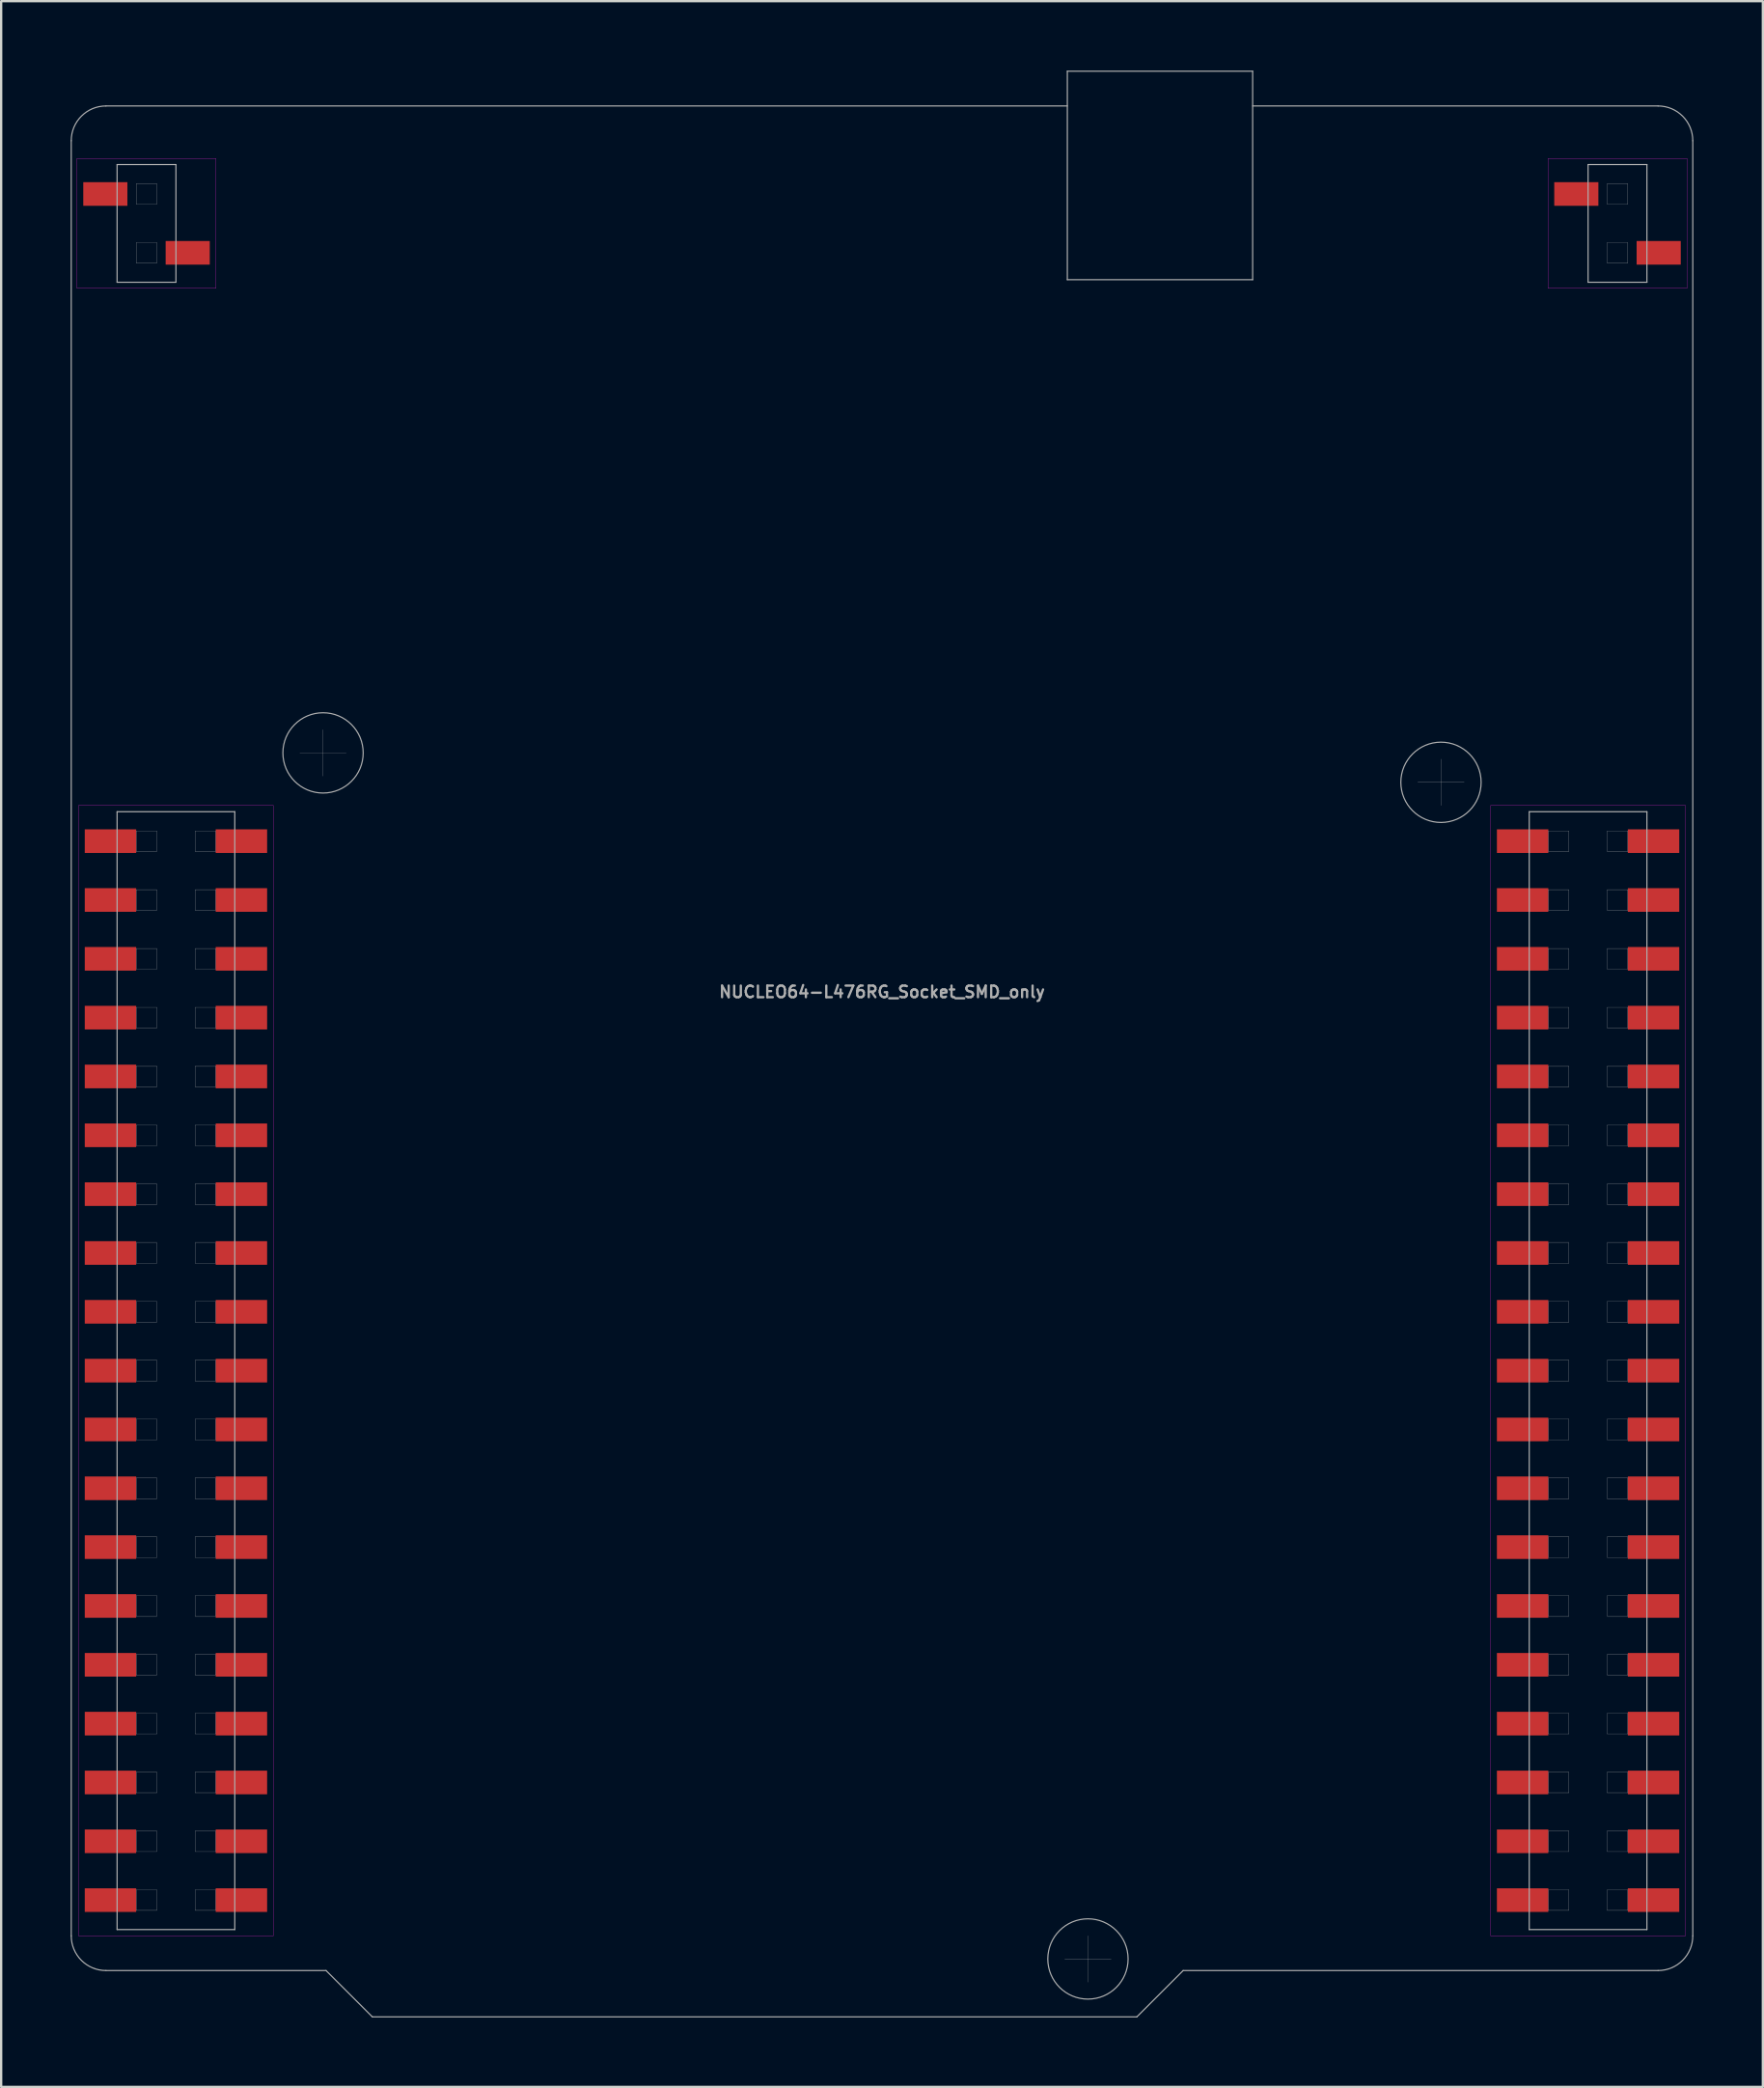
<source format=kicad_pcb>
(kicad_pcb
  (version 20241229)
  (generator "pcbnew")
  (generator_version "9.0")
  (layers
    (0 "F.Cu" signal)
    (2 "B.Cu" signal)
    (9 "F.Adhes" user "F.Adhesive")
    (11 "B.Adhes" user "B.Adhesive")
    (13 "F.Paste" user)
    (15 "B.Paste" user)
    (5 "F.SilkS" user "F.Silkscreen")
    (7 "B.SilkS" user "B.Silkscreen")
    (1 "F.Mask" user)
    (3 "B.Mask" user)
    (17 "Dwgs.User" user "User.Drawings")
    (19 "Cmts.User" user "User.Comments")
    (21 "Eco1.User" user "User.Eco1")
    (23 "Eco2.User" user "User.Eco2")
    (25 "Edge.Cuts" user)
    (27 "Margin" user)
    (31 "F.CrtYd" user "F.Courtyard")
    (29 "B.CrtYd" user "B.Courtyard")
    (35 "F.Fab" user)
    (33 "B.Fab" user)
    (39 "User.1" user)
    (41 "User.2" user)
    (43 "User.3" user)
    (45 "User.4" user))
  (footprint "NUCLEO64-L476RG_Socket_SMD_only"
    (layer "F.Cu")
    (at 35.025 42.775)
    (property "Reference" "NUCLEO64-L476RG_Socket_SMD_only" (at 0 -3 0) (layer "F.Fab") (effects (font (size 0.5 0.5) (thickness 0.1))))
    (attr through_hole)
    (fp_poly (pts (xy -32.525 -38.011) (xy -32.525 -36.889) (xy -34.532 -36.889) (xy -34.532 -38.011)) (stroke (width 0.01) (type solid)) (fill yes) (layer "F.Mask"))
    (fp_poly (pts (xy -32.145 -10.071) (xy -32.145 -8.949) (xy -34.467 -8.949) (xy -34.467 -10.071)) (stroke (width 0.01) (type solid)) (fill yes) (layer "F.Mask"))
    (fp_poly (pts (xy -32.145 -7.531) (xy -32.145 -6.409) (xy -34.467 -6.409) (xy -34.467 -7.531)) (stroke (width 0.01) (type solid)) (fill yes) (layer "F.Mask"))
    (fp_poly (pts (xy -32.145 -4.991) (xy -32.145 -3.869) (xy -34.467 -3.869) (xy -34.467 -4.991)) (stroke (width 0.01) (type solid)) (fill yes) (layer "F.Mask"))
    (fp_poly (pts (xy -32.145 -2.451) (xy -32.145 -1.329) (xy -34.467 -1.329) (xy -34.467 -2.451)) (stroke (width 0.01) (type solid)) (fill yes) (layer "F.Mask"))
    (fp_poly (pts (xy -32.145 0.089) (xy -32.145 1.211) (xy -34.467 1.211) (xy -34.467 0.089)) (stroke (width 0.01) (type solid)) (fill yes) (layer "F.Mask"))
    (fp_poly (pts (xy -32.145 2.629) (xy -32.145 3.751) (xy -34.467 3.751) (xy -34.467 2.629)) (stroke (width 0.01) (type solid)) (fill yes) (layer "F.Mask"))
    (fp_poly (pts (xy -32.145 5.169) (xy -32.145 6.291) (xy -34.467 6.291) (xy -34.467 5.169)) (stroke (width 0.01) (type solid)) (fill yes) (layer "F.Mask"))
    (fp_poly (pts (xy -32.145 7.709) (xy -32.145 8.831) (xy -34.467 8.831) (xy -34.467 7.709)) (stroke (width 0.01) (type solid)) (fill yes) (layer "F.Mask"))
    (fp_poly (pts (xy -32.145 10.249) (xy -32.145 11.371) (xy -34.467 11.371) (xy -34.467 10.249)) (stroke (width 0.01) (type solid)) (fill yes) (layer "F.Mask"))
    (fp_poly (pts (xy -32.145 12.789) (xy -32.145 13.911) (xy -34.467 13.911) (xy -34.467 12.789)) (stroke (width 0.01) (type solid)) (fill yes) (layer "F.Mask"))
    (fp_poly (pts (xy -32.145 15.329) (xy -32.145 16.451) (xy -34.467 16.451) (xy -34.467 15.329)) (stroke (width 0.01) (type solid)) (fill yes) (layer "F.Mask"))
    (fp_poly (pts (xy -32.145 17.869) (xy -32.145 18.991) (xy -34.467 18.991) (xy -34.467 17.869)) (stroke (width 0.01) (type solid)) (fill yes) (layer "F.Mask"))
    (fp_poly (pts (xy -32.145 20.409) (xy -32.145 21.531) (xy -34.467 21.531) (xy -34.467 20.409)) (stroke (width 0.01) (type solid)) (fill yes) (layer "F.Mask"))
    (fp_poly (pts (xy -32.145 22.949) (xy -32.145 24.071) (xy -34.467 24.071) (xy -34.467 22.949)) (stroke (width 0.01) (type solid)) (fill yes) (layer "F.Mask"))
    (fp_poly (pts (xy -32.145 25.489) (xy -32.145 26.611) (xy -34.467 26.611) (xy -34.467 25.489)) (stroke (width 0.01) (type solid)) (fill yes) (layer "F.Mask"))
    (fp_poly (pts (xy -32.145 28.029) (xy -32.145 29.151) (xy -34.467 29.151) (xy -34.467 28.029)) (stroke (width 0.01) (type solid)) (fill yes) (layer "F.Mask"))
    (fp_poly (pts (xy -32.145 30.569) (xy -32.145 31.691) (xy -34.467 31.691) (xy -34.467 30.569)) (stroke (width 0.01) (type solid)) (fill yes) (layer "F.Mask"))
    (fp_poly (pts (xy -32.145 33.109) (xy -32.145 34.231) (xy -34.467 34.231) (xy -34.467 33.109)) (stroke (width 0.01) (type solid)) (fill yes) (layer "F.Mask"))
    (fp_poly (pts (xy -32.145 35.649) (xy -32.145 36.771) (xy -34.467 36.771) (xy -34.467 35.649)) (stroke (width 0.01) (type solid)) (fill yes) (layer "F.Mask"))
    (fp_poly (pts (xy -28.969 -35.471) (xy -28.969 -34.349) (xy -30.976 -34.349) (xy -30.976 -35.471)) (stroke (width 0.01) (type solid)) (fill yes) (layer "F.Mask"))
    (fp_poly (pts (xy -26.493 -10.071) (xy -26.493 -8.949) (xy -28.815 -8.949) (xy -28.815 -10.071)) (stroke (width 0.01) (type solid)) (fill yes) (layer "F.Mask"))
    (fp_poly (pts (xy -26.493 -7.531) (xy -26.493 -6.409) (xy -28.815 -6.409) (xy -28.815 -7.531)) (stroke (width 0.01) (type solid)) (fill yes) (layer "F.Mask"))
    (fp_poly (pts (xy -26.493 -4.991) (xy -26.493 -3.869) (xy -28.815 -3.869) (xy -28.815 -4.991)) (stroke (width 0.01) (type solid)) (fill yes) (layer "F.Mask"))
    (fp_poly (pts (xy -26.493 -2.451) (xy -26.493 -1.329) (xy -28.815 -1.329) (xy -28.815 -2.451)) (stroke (width 0.01) (type solid)) (fill yes) (layer "F.Mask"))
    (fp_poly (pts (xy -26.493 0.089) (xy -26.493 1.211) (xy -28.815 1.211) (xy -28.815 0.089)) (stroke (width 0.01) (type solid)) (fill yes) (layer "F.Mask"))
    (fp_poly (pts (xy -26.493 2.629) (xy -26.493 3.751) (xy -28.815 3.751) (xy -28.815 2.629)) (stroke (width 0.01) (type solid)) (fill yes) (layer "F.Mask"))
    (fp_poly (pts (xy -26.493 5.169) (xy -26.493 6.291) (xy -28.815 6.291) (xy -28.815 5.169)) (stroke (width 0.01) (type solid)) (fill yes) (layer "F.Mask"))
    (fp_poly (pts (xy -26.493 7.709) (xy -26.493 8.831) (xy -28.815 8.831) (xy -28.815 7.709)) (stroke (width 0.01) (type solid)) (fill yes) (layer "F.Mask"))
    (fp_poly (pts (xy -26.493 10.249) (xy -26.493 11.371) (xy -28.815 11.371) (xy -28.815 10.249)) (stroke (width 0.01) (type solid)) (fill yes) (layer "F.Mask"))
    (fp_poly (pts (xy -26.493 12.789) (xy -26.493 13.911) (xy -28.815 13.911) (xy -28.815 12.789)) (stroke (width 0.01) (type solid)) (fill yes) (layer "F.Mask"))
    (fp_poly (pts (xy -26.493 15.329) (xy -26.493 16.451) (xy -28.815 16.451) (xy -28.815 15.329)) (stroke (width 0.01) (type solid)) (fill yes) (layer "F.Mask"))
    (fp_poly (pts (xy -26.493 17.869) (xy -26.493 18.991) (xy -28.815 18.991) (xy -28.815 17.869)) (stroke (width 0.01) (type solid)) (fill yes) (layer "F.Mask"))
    (fp_poly (pts (xy -26.493 20.409) (xy -26.493 21.531) (xy -28.815 21.531) (xy -28.815 20.409)) (stroke (width 0.01) (type solid)) (fill yes) (layer "F.Mask"))
    (fp_poly (pts (xy -26.493 22.949) (xy -26.493 24.071) (xy -28.815 24.071) (xy -28.815 22.949)) (stroke (width 0.01) (type solid)) (fill yes) (layer "F.Mask"))
    (fp_poly (pts (xy -26.493 25.489) (xy -26.493 26.611) (xy -28.815 26.611) (xy -28.815 25.489)) (stroke (width 0.01) (type solid)) (fill yes) (layer "F.Mask"))
    (fp_poly (pts (xy -26.493 28.029) (xy -26.493 29.151) (xy -28.815 29.151) (xy -28.815 28.029)) (stroke (width 0.01) (type solid)) (fill yes) (layer "F.Mask"))
    (fp_poly (pts (xy -26.493 30.569) (xy -26.493 31.691) (xy -28.815 31.691) (xy -28.815 30.569)) (stroke (width 0.01) (type solid)) (fill yes) (layer "F.Mask"))
    (fp_poly (pts (xy -26.493 33.109) (xy -26.493 34.231) (xy -28.815 34.231) (xy -28.815 33.109)) (stroke (width 0.01) (type solid)) (fill yes) (layer "F.Mask"))
    (fp_poly (pts (xy -26.493 35.649) (xy -26.493 36.771) (xy -28.815 36.771) (xy -28.815 35.649)) (stroke (width 0.01) (type solid)) (fill yes) (layer "F.Mask"))
    (fp_poly (pts (xy 28.815 -10.071) (xy 28.815 -8.949) (xy 26.493 -8.949) (xy 26.493 -10.071)) (stroke (width 0.01) (type solid)) (fill yes) (layer "F.Mask"))
    (fp_poly (pts (xy 28.815 -7.531) (xy 28.815 -6.409) (xy 26.493 -6.409) (xy 26.493 -7.531)) (stroke (width 0.01) (type solid)) (fill yes) (layer "F.Mask"))
    (fp_poly (pts (xy 28.815 -4.991) (xy 28.815 -3.869) (xy 26.493 -3.869) (xy 26.493 -4.991)) (stroke (width 0.01) (type solid)) (fill yes) (layer "F.Mask"))
    (fp_poly (pts (xy 28.815 -2.451) (xy 28.815 -1.329) (xy 26.493 -1.329) (xy 26.493 -2.451)) (stroke (width 0.01) (type solid)) (fill yes) (layer "F.Mask"))
    (fp_poly (pts (xy 28.815 0.089) (xy 28.815 1.211) (xy 26.493 1.211) (xy 26.493 0.089)) (stroke (width 0.01) (type solid)) (fill yes) (layer "F.Mask"))
    (fp_poly (pts (xy 28.815 2.629) (xy 28.815 3.751) (xy 26.493 3.751) (xy 26.493 2.629)) (stroke (width 0.01) (type solid)) (fill yes) (layer "F.Mask"))
    (fp_poly (pts (xy 28.815 5.169) (xy 28.815 6.291) (xy 26.493 6.291) (xy 26.493 5.169)) (stroke (width 0.01) (type solid)) (fill yes) (layer "F.Mask"))
    (fp_poly (pts (xy 28.815 7.709) (xy 28.815 8.831) (xy 26.493 8.831) (xy 26.493 7.709)) (stroke (width 0.01) (type solid)) (fill yes) (layer "F.Mask"))
    (fp_poly (pts (xy 28.815 10.249) (xy 28.815 11.371) (xy 26.493 11.371) (xy 26.493 10.249)) (stroke (width 0.01) (type solid)) (fill yes) (layer "F.Mask"))
    (fp_poly (pts (xy 28.815 12.789) (xy 28.815 13.911) (xy 26.493 13.911) (xy 26.493 12.789)) (stroke (width 0.01) (type solid)) (fill yes) (layer "F.Mask"))
    (fp_poly (pts (xy 28.815 15.329) (xy 28.815 16.451) (xy 26.493 16.451) (xy 26.493 15.329)) (stroke (width 0.01) (type solid)) (fill yes) (layer "F.Mask"))
    (fp_poly (pts (xy 28.815 17.869) (xy 28.815 18.991) (xy 26.493 18.991) (xy 26.493 17.869)) (stroke (width 0.01) (type solid)) (fill yes) (layer "F.Mask"))
    (fp_poly (pts (xy 28.815 20.409) (xy 28.815 21.531) (xy 26.493 21.531) (xy 26.493 20.409)) (stroke (width 0.01) (type solid)) (fill yes) (layer "F.Mask"))
    (fp_poly (pts (xy 28.815 22.949) (xy 28.815 24.071) (xy 26.493 24.071) (xy 26.493 22.949)) (stroke (width 0.01) (type solid)) (fill yes) (layer "F.Mask"))
    (fp_poly (pts (xy 28.815 25.489) (xy 28.815 26.611) (xy 26.493 26.611) (xy 26.493 25.489)) (stroke (width 0.01) (type solid)) (fill yes) (layer "F.Mask"))
    (fp_poly (pts (xy 28.815 28.029) (xy 28.815 29.151) (xy 26.493 29.151) (xy 26.493 28.029)) (stroke (width 0.01) (type solid)) (fill yes) (layer "F.Mask"))
    (fp_poly (pts (xy 28.815 30.569) (xy 28.815 31.691) (xy 26.493 31.691) (xy 26.493 30.569)) (stroke (width 0.01) (type solid)) (fill yes) (layer "F.Mask"))
    (fp_poly (pts (xy 28.815 33.109) (xy 28.815 34.231) (xy 26.493 34.231) (xy 26.493 33.109)) (stroke (width 0.01) (type solid)) (fill yes) (layer "F.Mask"))
    (fp_poly (pts (xy 28.815 35.649) (xy 28.815 36.771) (xy 26.493 36.771) (xy 26.493 35.649)) (stroke (width 0.01) (type solid)) (fill yes) (layer "F.Mask"))
    (fp_poly (pts (xy 30.975 -38.011) (xy 30.975 -36.889) (xy 28.968 -36.889) (xy 28.968 -38.011)) (stroke (width 0.01) (type solid)) (fill yes) (layer "F.Mask"))
    (fp_poly (pts (xy 34.467 -10.071) (xy 34.467 -8.949) (xy 32.145 -8.949) (xy 32.145 -10.071)) (stroke (width 0.01) (type solid)) (fill yes) (layer "F.Mask"))
    (fp_poly (pts (xy 34.467 -7.531) (xy 34.467 -6.409) (xy 32.145 -6.409) (xy 32.145 -7.531)) (stroke (width 0.01) (type solid)) (fill yes) (layer "F.Mask"))
    (fp_poly (pts (xy 34.467 -4.991) (xy 34.467 -3.869) (xy 32.145 -3.869) (xy 32.145 -4.991)) (stroke (width 0.01) (type solid)) (fill yes) (layer "F.Mask"))
    (fp_poly (pts (xy 34.467 -2.451) (xy 34.467 -1.329) (xy 32.145 -1.329) (xy 32.145 -2.451)) (stroke (width 0.01) (type solid)) (fill yes) (layer "F.Mask"))
    (fp_poly (pts (xy 34.467 0.089) (xy 34.467 1.211) (xy 32.145 1.211) (xy 32.145 0.089)) (stroke (width 0.01) (type solid)) (fill yes) (layer "F.Mask"))
    (fp_poly (pts (xy 34.467 2.629) (xy 34.467 3.751) (xy 32.145 3.751) (xy 32.145 2.629)) (stroke (width 0.01) (type solid)) (fill yes) (layer "F.Mask"))
    (fp_poly (pts (xy 34.467 5.169) (xy 34.467 6.291) (xy 32.145 6.291) (xy 32.145 5.169)) (stroke (width 0.01) (type solid)) (fill yes) (layer "F.Mask"))
    (fp_poly (pts (xy 34.467 7.709) (xy 34.467 8.831) (xy 32.145 8.831) (xy 32.145 7.709)) (stroke (width 0.01) (type solid)) (fill yes) (layer "F.Mask"))
    (fp_poly (pts (xy 34.467 10.249) (xy 34.467 11.371) (xy 32.145 11.371) (xy 32.145 10.249)) (stroke (width 0.01) (type solid)) (fill yes) (layer "F.Mask"))
    (fp_poly (pts (xy 34.467 12.789) (xy 34.467 13.911) (xy 32.145 13.911) (xy 32.145 12.789)) (stroke (width 0.01) (type solid)) (fill yes) (layer "F.Mask"))
    (fp_poly (pts (xy 34.467 15.329) (xy 34.467 16.451) (xy 32.145 16.451) (xy 32.145 15.329)) (stroke (width 0.01) (type solid)) (fill yes) (layer "F.Mask"))
    (fp_poly (pts (xy 34.467 17.869) (xy 34.467 18.991) (xy 32.145 18.991) (xy 32.145 17.869)) (stroke (width 0.01) (type solid)) (fill yes) (layer "F.Mask"))
    (fp_poly (pts (xy 34.467 20.409) (xy 34.467 21.531) (xy 32.145 21.531) (xy 32.145 20.409)) (stroke (width 0.01) (type solid)) (fill yes) (layer "F.Mask"))
    (fp_poly (pts (xy 34.467 22.949) (xy 34.467 24.071) (xy 32.145 24.071) (xy 32.145 22.949)) (stroke (width 0.01) (type solid)) (fill yes) (layer "F.Mask"))
    (fp_poly (pts (xy 34.467 25.489) (xy 34.467 26.611) (xy 32.145 26.611) (xy 32.145 25.489)) (stroke (width 0.01) (type solid)) (fill yes) (layer "F.Mask"))
    (fp_poly (pts (xy 34.467 28.029) (xy 34.467 29.151) (xy 32.145 29.151) (xy 32.145 28.029)) (stroke (width 0.01) (type solid)) (fill yes) (layer "F.Mask"))
    (fp_poly (pts (xy 34.467 30.569) (xy 34.467 31.691) (xy 32.145 31.691) (xy 32.145 30.569)) (stroke (width 0.01) (type solid)) (fill yes) (layer "F.Mask"))
    (fp_poly (pts (xy 34.467 33.109) (xy 34.467 34.231) (xy 32.145 34.231) (xy 32.145 33.109)) (stroke (width 0.01) (type solid)) (fill yes) (layer "F.Mask"))
    (fp_poly (pts (xy 34.467 35.649) (xy 34.467 36.771) (xy 32.145 36.771) (xy 32.145 35.649)) (stroke (width 0.01) (type solid)) (fill yes) (layer "F.Mask"))
    (fp_poly (pts (xy 34.531 -35.471) (xy 34.531 -34.349) (xy 32.524 -34.349) (xy 32.524 -35.471)) (stroke (width 0.01) (type solid)) (fill yes) (layer "F.Mask"))
    (fp_poly (pts (xy -32.576 -37.96) (xy -32.576 -36.94) (xy -34.481 -36.94) (xy -34.481 -37.96)) (stroke (width 0.01) (type solid)) (fill yes) (layer "F.Paste"))
    (fp_poly (pts (xy -32.196 -10.02) (xy -32.196 -9) (xy -34.416 -9) (xy -34.416 -10.02)) (stroke (width 0.01) (type solid)) (fill yes) (layer "F.Paste"))
    (fp_poly (pts (xy -32.196 -7.48) (xy -32.196 -6.46) (xy -34.416 -6.46) (xy -34.416 -7.48)) (stroke (width 0.01) (type solid)) (fill yes) (layer "F.Paste"))
    (fp_poly (pts (xy -32.196 -4.94) (xy -32.196 -3.92) (xy -34.416 -3.92) (xy -34.416 -4.94)) (stroke (width 0.01) (type solid)) (fill yes) (layer "F.Paste"))
    (fp_poly (pts (xy -32.196 -2.4) (xy -32.196 -1.38) (xy -34.416 -1.38) (xy -34.416 -2.4)) (stroke (width 0.01) (type solid)) (fill yes) (layer "F.Paste"))
    (fp_poly (pts (xy -32.196 0.14) (xy -32.196 1.16) (xy -34.416 1.16) (xy -34.416 0.14)) (stroke (width 0.01) (type solid)) (fill yes) (layer "F.Paste"))
    (fp_poly (pts (xy -32.196 2.68) (xy -32.196 3.7) (xy -34.416 3.7) (xy -34.416 2.68)) (stroke (width 0.01) (type solid)) (fill yes) (layer "F.Paste"))
    (fp_poly (pts (xy -32.196 5.22) (xy -32.196 6.24) (xy -34.416 6.24) (xy -34.416 5.22)) (stroke (width 0.01) (type solid)) (fill yes) (layer "F.Paste"))
    (fp_poly (pts (xy -32.196 7.76) (xy -32.196 8.78) (xy -34.416 8.78) (xy -34.416 7.76)) (stroke (width 0.01) (type solid)) (fill yes) (layer "F.Paste"))
    (fp_poly (pts (xy -32.196 10.3) (xy -32.196 11.32) (xy -34.416 11.32) (xy -34.416 10.3)) (stroke (width 0.01) (type solid)) (fill yes) (layer "F.Paste"))
    (fp_poly (pts (xy -32.196 12.84) (xy -32.196 13.86) (xy -34.416 13.86) (xy -34.416 12.84)) (stroke (width 0.01) (type solid)) (fill yes) (layer "F.Paste"))
    (fp_poly (pts (xy -32.196 15.38) (xy -32.196 16.4) (xy -34.416 16.4) (xy -34.416 15.38)) (stroke (width 0.01) (type solid)) (fill yes) (layer "F.Paste"))
    (fp_poly (pts (xy -32.196 17.92) (xy -32.196 18.94) (xy -34.416 18.94) (xy -34.416 17.92)) (stroke (width 0.01) (type solid)) (fill yes) (layer "F.Paste"))
    (fp_poly (pts (xy -32.196 20.46) (xy -32.196 21.48) (xy -34.416 21.48) (xy -34.416 20.46)) (stroke (width 0.01) (type solid)) (fill yes) (layer "F.Paste"))
    (fp_poly (pts (xy -32.196 23) (xy -32.196 24.02) (xy -34.416 24.02) (xy -34.416 23)) (stroke (width 0.01) (type solid)) (fill yes) (layer "F.Paste"))
    (fp_poly (pts (xy -32.196 25.54) (xy -32.196 26.56) (xy -34.416 26.56) (xy -34.416 25.54)) (stroke (width 0.01) (type solid)) (fill yes) (layer "F.Paste"))
    (fp_poly (pts (xy -32.196 28.08) (xy -32.196 29.1) (xy -34.416 29.1) (xy -34.416 28.08)) (stroke (width 0.01) (type solid)) (fill yes) (layer "F.Paste"))
    (fp_poly (pts (xy -32.196 30.62) (xy -32.196 31.64) (xy -34.416 31.64) (xy -34.416 30.62)) (stroke (width 0.01) (type solid)) (fill yes) (layer "F.Paste"))
    (fp_poly (pts (xy -32.196 33.16) (xy -32.196 34.18) (xy -34.416 34.18) (xy -34.416 33.16)) (stroke (width 0.01) (type solid)) (fill yes) (layer "F.Paste"))
    (fp_poly (pts (xy -32.196 35.7) (xy -32.196 36.72) (xy -34.416 36.72) (xy -34.416 35.7)) (stroke (width 0.01) (type solid)) (fill yes) (layer "F.Paste"))
    (fp_poly (pts (xy -29.02 -35.42) (xy -29.02 -34.4) (xy -30.925 -34.4) (xy -30.925 -35.42)) (stroke (width 0.01) (type solid)) (fill yes) (layer "F.Paste"))
    (fp_poly (pts (xy -26.544 -10.02) (xy -26.544 -9) (xy -28.764 -9) (xy -28.764 -10.02)) (stroke (width 0.01) (type solid)) (fill yes) (layer "F.Paste"))
    (fp_poly (pts (xy -26.544 -7.48) (xy -26.544 -6.46) (xy -28.764 -6.46) (xy -28.764 -7.48)) (stroke (width 0.01) (type solid)) (fill yes) (layer "F.Paste"))
    (fp_poly (pts (xy -26.544 -4.94) (xy -26.544 -3.92) (xy -28.764 -3.92) (xy -28.764 -4.94)) (stroke (width 0.01) (type solid)) (fill yes) (layer "F.Paste"))
    (fp_poly (pts (xy -26.544 -2.4) (xy -26.544 -1.38) (xy -28.764 -1.38) (xy -28.764 -2.4)) (stroke (width 0.01) (type solid)) (fill yes) (layer "F.Paste"))
    (fp_poly (pts (xy -26.544 0.14) (xy -26.544 1.16) (xy -28.764 1.16) (xy -28.764 0.14)) (stroke (width 0.01) (type solid)) (fill yes) (layer "F.Paste"))
    (fp_poly (pts (xy -26.544 2.68) (xy -26.544 3.7) (xy -28.764 3.7) (xy -28.764 2.68)) (stroke (width 0.01) (type solid)) (fill yes) (layer "F.Paste"))
    (fp_poly (pts (xy -26.544 5.22) (xy -26.544 6.24) (xy -28.764 6.24) (xy -28.764 5.22)) (stroke (width 0.01) (type solid)) (fill yes) (layer "F.Paste"))
    (fp_poly (pts (xy -26.544 7.76) (xy -26.544 8.78) (xy -28.764 8.78) (xy -28.764 7.76)) (stroke (width 0.01) (type solid)) (fill yes) (layer "F.Paste"))
    (fp_poly (pts (xy -26.544 10.3) (xy -26.544 11.32) (xy -28.764 11.32) (xy -28.764 10.3)) (stroke (width 0.01) (type solid)) (fill yes) (layer "F.Paste"))
    (fp_poly (pts (xy -26.544 12.84) (xy -26.544 13.86) (xy -28.764 13.86) (xy -28.764 12.84)) (stroke (width 0.01) (type solid)) (fill yes) (layer "F.Paste"))
    (fp_poly (pts (xy -26.544 15.38) (xy -26.544 16.4) (xy -28.764 16.4) (xy -28.764 15.38)) (stroke (width 0.01) (type solid)) (fill yes) (layer "F.Paste"))
    (fp_poly (pts (xy -26.544 17.92) (xy -26.544 18.94) (xy -28.764 18.94) (xy -28.764 17.92)) (stroke (width 0.01) (type solid)) (fill yes) (layer "F.Paste"))
    (fp_poly (pts (xy -26.544 20.46) (xy -26.544 21.48) (xy -28.764 21.48) (xy -28.764 20.46)) (stroke (width 0.01) (type solid)) (fill yes) (layer "F.Paste"))
    (fp_poly (pts (xy -26.544 23) (xy -26.544 24.02) (xy -28.764 24.02) (xy -28.764 23)) (stroke (width 0.01) (type solid)) (fill yes) (layer "F.Paste"))
    (fp_poly (pts (xy -26.544 25.54) (xy -26.544 26.56) (xy -28.764 26.56) (xy -28.764 25.54)) (stroke (width 0.01) (type solid)) (fill yes) (layer "F.Paste"))
    (fp_poly (pts (xy -26.544 28.08) (xy -26.544 29.1) (xy -28.764 29.1) (xy -28.764 28.08)) (stroke (width 0.01) (type solid)) (fill yes) (layer "F.Paste"))
    (fp_poly (pts (xy -26.544 30.62) (xy -26.544 31.64) (xy -28.764 31.64) (xy -28.764 30.62)) (stroke (width 0.01) (type solid)) (fill yes) (layer "F.Paste"))
    (fp_poly (pts (xy -26.544 33.16) (xy -26.544 34.18) (xy -28.764 34.18) (xy -28.764 33.16)) (stroke (width 0.01) (type solid)) (fill yes) (layer "F.Paste"))
    (fp_poly (pts (xy -26.544 35.7) (xy -26.544 36.72) (xy -28.764 36.72) (xy -28.764 35.7)) (stroke (width 0.01) (type solid)) (fill yes) (layer "F.Paste"))
    (fp_poly (pts (xy 28.764 -10.02) (xy 28.764 -9) (xy 26.544 -9) (xy 26.544 -10.02)) (stroke (width 0.01) (type solid)) (fill yes) (layer "F.Paste"))
    (fp_poly (pts (xy 28.764 -7.48) (xy 28.764 -6.46) (xy 26.544 -6.46) (xy 26.544 -7.48)) (stroke (width 0.01) (type solid)) (fill yes) (layer "F.Paste"))
    (fp_poly (pts (xy 28.764 -4.94) (xy 28.764 -3.92) (xy 26.544 -3.92) (xy 26.544 -4.94)) (stroke (width 0.01) (type solid)) (fill yes) (layer "F.Paste"))
    (fp_poly (pts (xy 28.764 -2.4) (xy 28.764 -1.38) (xy 26.544 -1.38) (xy 26.544 -2.4)) (stroke (width 0.01) (type solid)) (fill yes) (layer "F.Paste"))
    (fp_poly (pts (xy 28.764 0.14) (xy 28.764 1.16) (xy 26.544 1.16) (xy 26.544 0.14)) (stroke (width 0.01) (type solid)) (fill yes) (layer "F.Paste"))
    (fp_poly (pts (xy 28.764 2.68) (xy 28.764 3.7) (xy 26.544 3.7) (xy 26.544 2.68)) (stroke (width 0.01) (type solid)) (fill yes) (layer "F.Paste"))
    (fp_poly (pts (xy 28.764 5.22) (xy 28.764 6.24) (xy 26.544 6.24) (xy 26.544 5.22)) (stroke (width 0.01) (type solid)) (fill yes) (layer "F.Paste"))
    (fp_poly (pts (xy 28.764 7.76) (xy 28.764 8.78) (xy 26.544 8.78) (xy 26.544 7.76)) (stroke (width 0.01) (type solid)) (fill yes) (layer "F.Paste"))
    (fp_poly (pts (xy 28.764 10.3) (xy 28.764 11.32) (xy 26.544 11.32) (xy 26.544 10.3)) (stroke (width 0.01) (type solid)) (fill yes) (layer "F.Paste"))
    (fp_poly (pts (xy 28.764 12.84) (xy 28.764 13.86) (xy 26.544 13.86) (xy 26.544 12.84)) (stroke (width 0.01) (type solid)) (fill yes) (layer "F.Paste"))
    (fp_poly (pts (xy 28.764 15.38) (xy 28.764 16.4) (xy 26.544 16.4) (xy 26.544 15.38)) (stroke (width 0.01) (type solid)) (fill yes) (layer "F.Paste"))
    (fp_poly (pts (xy 28.764 17.92) (xy 28.764 18.94) (xy 26.544 18.94) (xy 26.544 17.92)) (stroke (width 0.01) (type solid)) (fill yes) (layer "F.Paste"))
    (fp_poly (pts (xy 28.764 20.46) (xy 28.764 21.48) (xy 26.544 21.48) (xy 26.544 20.46)) (stroke (width 0.01) (type solid)) (fill yes) (layer "F.Paste"))
    (fp_poly (pts (xy 28.764 23) (xy 28.764 24.02) (xy 26.544 24.02) (xy 26.544 23)) (stroke (width 0.01) (type solid)) (fill yes) (layer "F.Paste"))
    (fp_poly (pts (xy 28.764 25.54) (xy 28.764 26.56) (xy 26.544 26.56) (xy 26.544 25.54)) (stroke (width 0.01) (type solid)) (fill yes) (layer "F.Paste"))
    (fp_poly (pts (xy 28.764 28.08) (xy 28.764 29.1) (xy 26.544 29.1) (xy 26.544 28.08)) (stroke (width 0.01) (type solid)) (fill yes) (layer "F.Paste"))
    (fp_poly (pts (xy 28.764 30.62) (xy 28.764 31.64) (xy 26.544 31.64) (xy 26.544 30.62)) (stroke (width 0.01) (type solid)) (fill yes) (layer "F.Paste"))
    (fp_poly (pts (xy 28.764 33.16) (xy 28.764 34.18) (xy 26.544 34.18) (xy 26.544 33.16)) (stroke (width 0.01) (type solid)) (fill yes) (layer "F.Paste"))
    (fp_poly (pts (xy 28.764 35.7) (xy 28.764 36.72) (xy 26.544 36.72) (xy 26.544 35.7)) (stroke (width 0.01) (type solid)) (fill yes) (layer "F.Paste"))
    (fp_poly (pts (xy 30.924 -37.96) (xy 30.924 -36.94) (xy 29.019 -36.94) (xy 29.019 -37.96)) (stroke (width 0.01) (type solid)) (fill yes) (layer "F.Paste"))
    (fp_poly (pts (xy 34.416 -10.02) (xy 34.416 -9) (xy 32.196 -9) (xy 32.196 -10.02)) (stroke (width 0.01) (type solid)) (fill yes) (layer "F.Paste"))
    (fp_poly (pts (xy 34.416 -7.48) (xy 34.416 -6.46) (xy 32.196 -6.46) (xy 32.196 -7.48)) (stroke (width 0.01) (type solid)) (fill yes) (layer "F.Paste"))
    (fp_poly (pts (xy 34.416 -4.94) (xy 34.416 -3.92) (xy 32.196 -3.92) (xy 32.196 -4.94)) (stroke (width 0.01) (type solid)) (fill yes) (layer "F.Paste"))
    (fp_poly (pts (xy 34.416 -2.4) (xy 34.416 -1.38) (xy 32.196 -1.38) (xy 32.196 -2.4)) (stroke (width 0.01) (type solid)) (fill yes) (layer "F.Paste"))
    (fp_poly (pts (xy 34.416 0.14) (xy 34.416 1.16) (xy 32.196 1.16) (xy 32.196 0.14)) (stroke (width 0.01) (type solid)) (fill yes) (layer "F.Paste"))
    (fp_poly (pts (xy 34.416 2.68) (xy 34.416 3.7) (xy 32.196 3.7) (xy 32.196 2.68)) (stroke (width 0.01) (type solid)) (fill yes) (layer "F.Paste"))
    (fp_poly (pts (xy 34.416 5.22) (xy 34.416 6.24) (xy 32.196 6.24) (xy 32.196 5.22)) (stroke (width 0.01) (type solid)) (fill yes) (layer "F.Paste"))
    (fp_poly (pts (xy 34.416 7.76) (xy 34.416 8.78) (xy 32.196 8.78) (xy 32.196 7.76)) (stroke (width 0.01) (type solid)) (fill yes) (layer "F.Paste"))
    (fp_poly (pts (xy 34.416 10.3) (xy 34.416 11.32) (xy 32.196 11.32) (xy 32.196 10.3)) (stroke (width 0.01) (type solid)) (fill yes) (layer "F.Paste"))
    (fp_poly (pts (xy 34.416 12.84) (xy 34.416 13.86) (xy 32.196 13.86) (xy 32.196 12.84)) (stroke (width 0.01) (type solid)) (fill yes) (layer "F.Paste"))
    (fp_poly (pts (xy 34.416 15.38) (xy 34.416 16.4) (xy 32.196 16.4) (xy 32.196 15.38)) (stroke (width 0.01) (type solid)) (fill yes) (layer "F.Paste"))
    (fp_poly (pts (xy 34.416 17.92) (xy 34.416 18.94) (xy 32.196 18.94) (xy 32.196 17.92)) (stroke (width 0.01) (type solid)) (fill yes) (layer "F.Paste"))
    (fp_poly (pts (xy 34.416 20.46) (xy 34.416 21.48) (xy 32.196 21.48) (xy 32.196 20.46)) (stroke (width 0.01) (type solid)) (fill yes) (layer "F.Paste"))
    (fp_poly (pts (xy 34.416 23) (xy 34.416 24.02) (xy 32.196 24.02) (xy 32.196 23)) (stroke (width 0.01) (type solid)) (fill yes) (layer "F.Paste"))
    (fp_poly (pts (xy 34.416 25.54) (xy 34.416 26.56) (xy 32.196 26.56) (xy 32.196 25.54)) (stroke (width 0.01) (type solid)) (fill yes) (layer "F.Paste"))
    (fp_poly (pts (xy 34.416 28.08) (xy 34.416 29.1) (xy 32.196 29.1) (xy 32.196 28.08)) (stroke (width 0.01) (type solid)) (fill yes) (layer "F.Paste"))
    (fp_poly (pts (xy 34.416 30.62) (xy 34.416 31.64) (xy 32.196 31.64) (xy 32.196 30.62)) (stroke (width 0.01) (type solid)) (fill yes) (layer "F.Paste"))
    (fp_poly (pts (xy 34.416 33.16) (xy 34.416 34.18) (xy 32.196 34.18) (xy 32.196 33.16)) (stroke (width 0.01) (type solid)) (fill yes) (layer "F.Paste"))
    (fp_poly (pts (xy 34.416 35.7) (xy 34.416 36.72) (xy 32.196 36.72) (xy 32.196 35.7)) (stroke (width 0.01) (type solid)) (fill yes) (layer "F.Paste"))
    (fp_poly (pts (xy 34.48 -35.42) (xy 34.48 -34.4) (xy 32.575 -34.4) (xy 32.575 -35.42)) (stroke (width 0.01) (type solid)) (fill yes) (layer "F.Paste"))
    (fp_line (start -34.75 -38.98) (end -34.75 -33.38) (stroke (width 0.01) (type solid)) (layer "F.CrtYd"))
    (fp_line (start -34.75 -33.38) (end -28.75 -33.38) (stroke (width 0.01) (type solid)) (layer "F.CrtYd"))
    (fp_line (start -34.68 -11.05) (end -34.68 37.75) (stroke (width 0.01) (type solid)) (layer "F.CrtYd"))
    (fp_line (start -34.68 37.75) (end -26.28 37.75) (stroke (width 0.01) (type solid)) (layer "F.CrtYd"))
    (fp_line (start -28.75 -38.98) (end -34.75 -38.98) (stroke (width 0.01) (type solid)) (layer "F.CrtYd"))
    (fp_line (start -28.75 -33.38) (end -28.75 -38.98) (stroke (width 0.01) (type solid)) (layer "F.CrtYd"))
    (fp_line (start -26.28 -11.05) (end -34.68 -11.05) (stroke (width 0.01) (type solid)) (layer "F.CrtYd"))
    (fp_line (start -26.28 37.75) (end -26.28 -11.05) (stroke (width 0.01) (type solid)) (layer "F.CrtYd"))
    (fp_line (start 26.28 -11.05) (end 26.28 37.75) (stroke (width 0.01) (type solid)) (layer "F.CrtYd"))
    (fp_line (start 26.28 37.75) (end 34.68 37.75) (stroke (width 0.01) (type solid)) (layer "F.CrtYd"))
    (fp_line (start 28.75 -38.98) (end 28.75 -33.38) (stroke (width 0.01) (type solid)) (layer "F.CrtYd"))
    (fp_line (start 28.75 -33.38) (end 34.75 -33.38) (stroke (width 0.01) (type solid)) (layer "F.CrtYd"))
    (fp_line (start 34.68 -11.05) (end 26.28 -11.05) (stroke (width 0.01) (type solid)) (layer "F.CrtYd"))
    (fp_line (start 34.68 37.75) (end 34.68 -11.05) (stroke (width 0.01) (type solid)) (layer "F.CrtYd"))
    (fp_line (start 34.75 -38.98) (end 28.75 -38.98) (stroke (width 0.01) (type solid)) (layer "F.CrtYd"))
    (fp_line (start 34.75 -33.38) (end 34.75 -38.98) (stroke (width 0.01) (type solid)) (layer "F.CrtYd"))
    (fp_line (start -35 37.75) (end -35 -39.75) (stroke (width 0.05) (type solid)) (layer "F.Fab"))
    (fp_line (start -33.5 -41.25) (end 8 -41.25) (stroke (width 0.05) (type solid)) (layer "F.Fab"))
    (fp_line (start -33.02 -38.72) (end -30.48 -38.72) (stroke (width 0.05) (type solid)) (layer "F.Fab"))
    (fp_line (start -33.02 -33.64) (end -33.02 -38.72) (stroke (width 0.05) (type solid)) (layer "F.Fab"))
    (fp_line (start -33.02 -10.78) (end -33.02 37.48) (stroke (width 0.05) (type solid)) (layer "F.Fab"))
    (fp_line (start -33.02 37.48) (end -27.94 37.48) (stroke (width 0.05) (type solid)) (layer "F.Fab"))
    (fp_line (start -32.194 -37.894) (end -32.194 -37.006) (stroke (width 0.01) (type solid)) (layer "F.Fab"))
    (fp_line (start -32.194 -37.006) (end -31.306 -37.006) (stroke (width 0.01) (type solid)) (layer "F.Fab"))
    (fp_line (start -32.194 -35.354) (end -32.194 -34.466) (stroke (width 0.01) (type solid)) (layer "F.Fab"))
    (fp_line (start -32.194 -34.466) (end -31.306 -34.466) (stroke (width 0.01) (type solid)) (layer "F.Fab"))
    (fp_line (start -32.194 -9.954) (end -32.194 -9.066) (stroke (width 0.01) (type solid)) (layer "F.Fab"))
    (fp_line (start -32.194 -9.066) (end -31.306 -9.066) (stroke (width 0.01) (type solid)) (layer "F.Fab"))
    (fp_line (start -32.194 -7.414) (end -32.194 -6.526) (stroke (width 0.01) (type solid)) (layer "F.Fab"))
    (fp_line (start -32.194 -6.526) (end -31.306 -6.526) (stroke (width 0.01) (type solid)) (layer "F.Fab"))
    (fp_line (start -32.194 -4.874) (end -32.194 -3.986) (stroke (width 0.01) (type solid)) (layer "F.Fab"))
    (fp_line (start -32.194 -3.986) (end -31.306 -3.986) (stroke (width 0.01) (type solid)) (layer "F.Fab"))
    (fp_line (start -32.194 -2.334) (end -32.194 -1.446) (stroke (width 0.01) (type solid)) (layer "F.Fab"))
    (fp_line (start -32.194 -1.446) (end -31.306 -1.446) (stroke (width 0.01) (type solid)) (layer "F.Fab"))
    (fp_line (start -32.194 0.206) (end -32.194 1.094) (stroke (width 0.01) (type solid)) (layer "F.Fab"))
    (fp_line (start -32.194 1.094) (end -31.306 1.094) (stroke (width 0.01) (type solid)) (layer "F.Fab"))
    (fp_line (start -32.194 2.746) (end -32.194 3.634) (stroke (width 0.01) (type solid)) (layer "F.Fab"))
    (fp_line (start -32.194 3.634) (end -31.306 3.634) (stroke (width 0.01) (type solid)) (layer "F.Fab"))
    (fp_line (start -32.194 5.286) (end -32.194 6.174) (stroke (width 0.01) (type solid)) (layer "F.Fab"))
    (fp_line (start -32.194 6.174) (end -31.306 6.174) (stroke (width 0.01) (type solid)) (layer "F.Fab"))
    (fp_line (start -32.194 7.826) (end -32.194 8.714) (stroke (width 0.01) (type solid)) (layer "F.Fab"))
    (fp_line (start -32.194 8.714) (end -31.306 8.714) (stroke (width 0.01) (type solid)) (layer "F.Fab"))
    (fp_line (start -32.194 10.366) (end -32.194 11.254) (stroke (width 0.01) (type solid)) (layer "F.Fab"))
    (fp_line (start -32.194 11.254) (end -31.306 11.254) (stroke (width 0.01) (type solid)) (layer "F.Fab"))
    (fp_line (start -32.194 12.906) (end -32.194 13.794) (stroke (width 0.01) (type solid)) (layer "F.Fab"))
    (fp_line (start -32.194 13.794) (end -31.306 13.794) (stroke (width 0.01) (type solid)) (layer "F.Fab"))
    (fp_line (start -32.194 15.446) (end -32.194 16.334) (stroke (width 0.01) (type solid)) (layer "F.Fab"))
    (fp_line (start -32.194 16.334) (end -31.306 16.334) (stroke (width 0.01) (type solid)) (layer "F.Fab"))
    (fp_line (start -32.194 17.986) (end -32.194 18.874) (stroke (width 0.01) (type solid)) (layer "F.Fab"))
    (fp_line (start -32.194 18.874) (end -31.306 18.874) (stroke (width 0.01) (type solid)) (layer "F.Fab"))
    (fp_line (start -32.194 20.526) (end -32.194 21.414) (stroke (width 0.01) (type solid)) (layer "F.Fab"))
    (fp_line (start -32.194 21.414) (end -31.306 21.414) (stroke (width 0.01) (type solid)) (layer "F.Fab"))
    (fp_line (start -32.194 23.066) (end -32.194 23.954) (stroke (width 0.01) (type solid)) (layer "F.Fab"))
    (fp_line (start -32.194 23.954) (end -31.306 23.954) (stroke (width 0.01) (type solid)) (layer "F.Fab"))
    (fp_line (start -32.194 25.606) (end -32.194 26.494) (stroke (width 0.01) (type solid)) (layer "F.Fab"))
    (fp_line (start -32.194 26.494) (end -31.306 26.494) (stroke (width 0.01) (type solid)) (layer "F.Fab"))
    (fp_line (start -32.194 28.146) (end -32.194 29.034) (stroke (width 0.01) (type solid)) (layer "F.Fab"))
    (fp_line (start -32.194 29.034) (end -31.306 29.034) (stroke (width 0.01) (type solid)) (layer "F.Fab"))
    (fp_line (start -32.194 30.686) (end -32.194 31.574) (stroke (width 0.01) (type solid)) (layer "F.Fab"))
    (fp_line (start -32.194 31.574) (end -31.306 31.574) (stroke (width 0.01) (type solid)) (layer "F.Fab"))
    (fp_line (start -32.194 33.226) (end -32.194 34.114) (stroke (width 0.01) (type solid)) (layer "F.Fab"))
    (fp_line (start -32.194 34.114) (end -31.306 34.114) (stroke (width 0.01) (type solid)) (layer "F.Fab"))
    (fp_line (start -32.194 35.766) (end -32.194 36.654) (stroke (width 0.01) (type solid)) (layer "F.Fab"))
    (fp_line (start -32.194 36.654) (end -31.306 36.654) (stroke (width 0.01) (type solid)) (layer "F.Fab"))
    (fp_line (start -31.306 -37.894) (end -32.194 -37.894) (stroke (width 0.01) (type solid)) (layer "F.Fab"))
    (fp_line (start -31.306 -37.006) (end -31.306 -37.894) (stroke (width 0.01) (type solid)) (layer "F.Fab"))
    (fp_line (start -31.306 -35.354) (end -32.194 -35.354) (stroke (width 0.01) (type solid)) (layer "F.Fab"))
    (fp_line (start -31.306 -34.466) (end -31.306 -35.354) (stroke (width 0.01) (type solid)) (layer "F.Fab"))
    (fp_line (start -31.306 -9.954) (end -32.194 -9.954) (stroke (width 0.01) (type solid)) (layer "F.Fab"))
    (fp_line (start -31.306 -9.066) (end -31.306 -9.954) (stroke (width 0.01) (type solid)) (layer "F.Fab"))
    (fp_line (start -31.306 -7.414) (end -32.194 -7.414) (stroke (width 0.01) (type solid)) (layer "F.Fab"))
    (fp_line (start -31.306 -6.526) (end -31.306 -7.414) (stroke (width 0.01) (type solid)) (layer "F.Fab"))
    (fp_line (start -31.306 -4.874) (end -32.194 -4.874) (stroke (width 0.01) (type solid)) (layer "F.Fab"))
    (fp_line (start -31.306 -3.986) (end -31.306 -4.874) (stroke (width 0.01) (type solid)) (layer "F.Fab"))
    (fp_line (start -31.306 -2.334) (end -32.194 -2.334) (stroke (width 0.01) (type solid)) (layer "F.Fab"))
    (fp_line (start -31.306 -1.446) (end -31.306 -2.334) (stroke (width 0.01) (type solid)) (layer "F.Fab"))
    (fp_line (start -31.306 0.206) (end -32.194 0.206) (stroke (width 0.01) (type solid)) (layer "F.Fab"))
    (fp_line (start -31.306 1.094) (end -31.306 0.206) (stroke (width 0.01) (type solid)) (layer "F.Fab"))
    (fp_line (start -31.306 2.746) (end -32.194 2.746) (stroke (width 0.01) (type solid)) (layer "F.Fab"))
    (fp_line (start -31.306 3.634) (end -31.306 2.746) (stroke (width 0.01) (type solid)) (layer "F.Fab"))
    (fp_line (start -31.306 5.286) (end -32.194 5.286) (stroke (width 0.01) (type solid)) (layer "F.Fab"))
    (fp_line (start -31.306 6.174) (end -31.306 5.286) (stroke (width 0.01) (type solid)) (layer "F.Fab"))
    (fp_line (start -31.306 7.826) (end -32.194 7.826) (stroke (width 0.01) (type solid)) (layer "F.Fab"))
    (fp_line (start -31.306 8.714) (end -31.306 7.826) (stroke (width 0.01) (type solid)) (layer "F.Fab"))
    (fp_line (start -31.306 10.366) (end -32.194 10.366) (stroke (width 0.01) (type solid)) (layer "F.Fab"))
    (fp_line (start -31.306 11.254) (end -31.306 10.366) (stroke (width 0.01) (type solid)) (layer "F.Fab"))
    (fp_line (start -31.306 12.906) (end -32.194 12.906) (stroke (width 0.01) (type solid)) (layer "F.Fab"))
    (fp_line (start -31.306 13.794) (end -31.306 12.906) (stroke (width 0.01) (type solid)) (layer "F.Fab"))
    (fp_line (start -31.306 15.446) (end -32.194 15.446) (stroke (width 0.01) (type solid)) (layer "F.Fab"))
    (fp_line (start -31.306 16.334) (end -31.306 15.446) (stroke (width 0.01) (type solid)) (layer "F.Fab"))
    (fp_line (start -31.306 17.986) (end -32.194 17.986) (stroke (width 0.01) (type solid)) (layer "F.Fab"))
    (fp_line (start -31.306 18.874) (end -31.306 17.986) (stroke (width 0.01) (type solid)) (layer "F.Fab"))
    (fp_line (start -31.306 20.526) (end -32.194 20.526) (stroke (width 0.01) (type solid)) (layer "F.Fab"))
    (fp_line (start -31.306 21.414) (end -31.306 20.526) (stroke (width 0.01) (type solid)) (layer "F.Fab"))
    (fp_line (start -31.306 23.066) (end -32.194 23.066) (stroke (width 0.01) (type solid)) (layer "F.Fab"))
    (fp_line (start -31.306 23.954) (end -31.306 23.066) (stroke (width 0.01) (type solid)) (layer "F.Fab"))
    (fp_line (start -31.306 25.606) (end -32.194 25.606) (stroke (width 0.01) (type solid)) (layer "F.Fab"))
    (fp_line (start -31.306 26.494) (end -31.306 25.606) (stroke (width 0.01) (type solid)) (layer "F.Fab"))
    (fp_line (start -31.306 28.146) (end -32.194 28.146) (stroke (width 0.01) (type solid)) (layer "F.Fab"))
    (fp_line (start -31.306 29.034) (end -31.306 28.146) (stroke (width 0.01) (type solid)) (layer "F.Fab"))
    (fp_line (start -31.306 30.686) (end -32.194 30.686) (stroke (width 0.01) (type solid)) (layer "F.Fab"))
    (fp_line (start -31.306 31.574) (end -31.306 30.686) (stroke (width 0.01) (type solid)) (layer "F.Fab"))
    (fp_line (start -31.306 33.226) (end -32.194 33.226) (stroke (width 0.01) (type solid)) (layer "F.Fab"))
    (fp_line (start -31.306 34.114) (end -31.306 33.226) (stroke (width 0.01) (type solid)) (layer "F.Fab"))
    (fp_line (start -31.306 35.766) (end -32.194 35.766) (stroke (width 0.01) (type solid)) (layer "F.Fab"))
    (fp_line (start -31.306 36.654) (end -31.306 35.766) (stroke (width 0.01) (type solid)) (layer "F.Fab"))
    (fp_line (start -30.48 -38.72) (end -30.48 -33.64) (stroke (width 0.05) (type solid)) (layer "F.Fab"))
    (fp_line (start -30.48 -33.64) (end -33.02 -33.64) (stroke (width 0.05) (type solid)) (layer "F.Fab"))
    (fp_line (start -29.654 -9.954) (end -29.654 -9.066) (stroke (width 0.01) (type solid)) (layer "F.Fab"))
    (fp_line (start -29.654 -9.066) (end -28.766 -9.066) (stroke (width 0.01) (type solid)) (layer "F.Fab"))
    (fp_line (start -29.654 -7.414) (end -29.654 -6.526) (stroke (width 0.01) (type solid)) (layer "F.Fab"))
    (fp_line (start -29.654 -6.526) (end -28.766 -6.526) (stroke (width 0.01) (type solid)) (layer "F.Fab"))
    (fp_line (start -29.654 -4.874) (end -29.654 -3.986) (stroke (width 0.01) (type solid)) (layer "F.Fab"))
    (fp_line (start -29.654 -3.986) (end -28.766 -3.986) (stroke (width 0.01) (type solid)) (layer "F.Fab"))
    (fp_line (start -29.654 -2.334) (end -29.654 -1.446) (stroke (width 0.01) (type solid)) (layer "F.Fab"))
    (fp_line (start -29.654 -1.446) (end -28.766 -1.446) (stroke (width 0.01) (type solid)) (layer "F.Fab"))
    (fp_line (start -29.654 0.206) (end -29.654 1.094) (stroke (width 0.01) (type solid)) (layer "F.Fab"))
    (fp_line (start -29.654 1.094) (end -28.766 1.094) (stroke (width 0.01) (type solid)) (layer "F.Fab"))
    (fp_line (start -29.654 2.746) (end -29.654 3.634) (stroke (width 0.01) (type solid)) (layer "F.Fab"))
    (fp_line (start -29.654 3.634) (end -28.766 3.634) (stroke (width 0.01) (type solid)) (layer "F.Fab"))
    (fp_line (start -29.654 5.286) (end -29.654 6.174) (stroke (width 0.01) (type solid)) (layer "F.Fab"))
    (fp_line (start -29.654 6.174) (end -28.766 6.174) (stroke (width 0.01) (type solid)) (layer "F.Fab"))
    (fp_line (start -29.654 7.826) (end -29.654 8.714) (stroke (width 0.01) (type solid)) (layer "F.Fab"))
    (fp_line (start -29.654 8.714) (end -28.766 8.714) (stroke (width 0.01) (type solid)) (layer "F.Fab"))
    (fp_line (start -29.654 10.366) (end -29.654 11.254) (stroke (width 0.01) (type solid)) (layer "F.Fab"))
    (fp_line (start -29.654 11.254) (end -28.766 11.254) (stroke (width 0.01) (type solid)) (layer "F.Fab"))
    (fp_line (start -29.654 12.906) (end -29.654 13.794) (stroke (width 0.01) (type solid)) (layer "F.Fab"))
    (fp_line (start -29.654 13.794) (end -28.766 13.794) (stroke (width 0.01) (type solid)) (layer "F.Fab"))
    (fp_line (start -29.654 15.446) (end -29.654 16.334) (stroke (width 0.01) (type solid)) (layer "F.Fab"))
    (fp_line (start -29.654 16.334) (end -28.766 16.334) (stroke (width 0.01) (type solid)) (layer "F.Fab"))
    (fp_line (start -29.654 17.986) (end -29.654 18.874) (stroke (width 0.01) (type solid)) (layer "F.Fab"))
    (fp_line (start -29.654 18.874) (end -28.766 18.874) (stroke (width 0.01) (type solid)) (layer "F.Fab"))
    (fp_line (start -29.654 20.526) (end -29.654 21.414) (stroke (width 0.01) (type solid)) (layer "F.Fab"))
    (fp_line (start -29.654 21.414) (end -28.766 21.414) (stroke (width 0.01) (type solid)) (layer "F.Fab"))
    (fp_line (start -29.654 23.066) (end -29.654 23.954) (stroke (width 0.01) (type solid)) (layer "F.Fab"))
    (fp_line (start -29.654 23.954) (end -28.766 23.954) (stroke (width 0.01) (type solid)) (layer "F.Fab"))
    (fp_line (start -29.654 25.606) (end -29.654 26.494) (stroke (width 0.01) (type solid)) (layer "F.Fab"))
    (fp_line (start -29.654 26.494) (end -28.766 26.494) (stroke (width 0.01) (type solid)) (layer "F.Fab"))
    (fp_line (start -29.654 28.146) (end -29.654 29.034) (stroke (width 0.01) (type solid)) (layer "F.Fab"))
    (fp_line (start -29.654 29.034) (end -28.766 29.034) (stroke (width 0.01) (type solid)) (layer "F.Fab"))
    (fp_line (start -29.654 30.686) (end -29.654 31.574) (stroke (width 0.01) (type solid)) (layer "F.Fab"))
    (fp_line (start -29.654 31.574) (end -28.766 31.574) (stroke (width 0.01) (type solid)) (layer "F.Fab"))
    (fp_line (start -29.654 33.226) (end -29.654 34.114) (stroke (width 0.01) (type solid)) (layer "F.Fab"))
    (fp_line (start -29.654 34.114) (end -28.766 34.114) (stroke (width 0.01) (type solid)) (layer "F.Fab"))
    (fp_line (start -29.654 35.766) (end -29.654 36.654) (stroke (width 0.01) (type solid)) (layer "F.Fab"))
    (fp_line (start -29.654 36.654) (end -28.766 36.654) (stroke (width 0.01) (type solid)) (layer "F.Fab"))
    (fp_line (start -28.766 -9.954) (end -29.654 -9.954) (stroke (width 0.01) (type solid)) (layer "F.Fab"))
    (fp_line (start -28.766 -9.066) (end -28.766 -9.954) (stroke (width 0.01) (type solid)) (layer "F.Fab"))
    (fp_line (start -28.766 -7.414) (end -29.654 -7.414) (stroke (width 0.01) (type solid)) (layer "F.Fab"))
    (fp_line (start -28.766 -6.526) (end -28.766 -7.414) (stroke (width 0.01) (type solid)) (layer "F.Fab"))
    (fp_line (start -28.766 -4.874) (end -29.654 -4.874) (stroke (width 0.01) (type solid)) (layer "F.Fab"))
    (fp_line (start -28.766 -3.986) (end -28.766 -4.874) (stroke (width 0.01) (type solid)) (layer "F.Fab"))
    (fp_line (start -28.766 -2.334) (end -29.654 -2.334) (stroke (width 0.01) (type solid)) (layer "F.Fab"))
    (fp_line (start -28.766 -1.446) (end -28.766 -2.334) (stroke (width 0.01) (type solid)) (layer "F.Fab"))
    (fp_line (start -28.766 0.206) (end -29.654 0.206) (stroke (width 0.01) (type solid)) (layer "F.Fab"))
    (fp_line (start -28.766 1.094) (end -28.766 0.206) (stroke (width 0.01) (type solid)) (layer "F.Fab"))
    (fp_line (start -28.766 2.746) (end -29.654 2.746) (stroke (width 0.01) (type solid)) (layer "F.Fab"))
    (fp_line (start -28.766 3.634) (end -28.766 2.746) (stroke (width 0.01) (type solid)) (layer "F.Fab"))
    (fp_line (start -28.766 5.286) (end -29.654 5.286) (stroke (width 0.01) (type solid)) (layer "F.Fab"))
    (fp_line (start -28.766 6.174) (end -28.766 5.286) (stroke (width 0.01) (type solid)) (layer "F.Fab"))
    (fp_line (start -28.766 7.826) (end -29.654 7.826) (stroke (width 0.01) (type solid)) (layer "F.Fab"))
    (fp_line (start -28.766 8.714) (end -28.766 7.826) (stroke (width 0.01) (type solid)) (layer "F.Fab"))
    (fp_line (start -28.766 10.366) (end -29.654 10.366) (stroke (width 0.01) (type solid)) (layer "F.Fab"))
    (fp_line (start -28.766 11.254) (end -28.766 10.366) (stroke (width 0.01) (type solid)) (layer "F.Fab"))
    (fp_line (start -28.766 12.906) (end -29.654 12.906) (stroke (width 0.01) (type solid)) (layer "F.Fab"))
    (fp_line (start -28.766 13.794) (end -28.766 12.906) (stroke (width 0.01) (type solid)) (layer "F.Fab"))
    (fp_line (start -28.766 15.446) (end -29.654 15.446) (stroke (width 0.01) (type solid)) (layer "F.Fab"))
    (fp_line (start -28.766 16.334) (end -28.766 15.446) (stroke (width 0.01) (type solid)) (layer "F.Fab"))
    (fp_line (start -28.766 17.986) (end -29.654 17.986) (stroke (width 0.01) (type solid)) (layer "F.Fab"))
    (fp_line (start -28.766 18.874) (end -28.766 17.986) (stroke (width 0.01) (type solid)) (layer "F.Fab"))
    (fp_line (start -28.766 20.526) (end -29.654 20.526) (stroke (width 0.01) (type solid)) (layer "F.Fab"))
    (fp_line (start -28.766 21.414) (end -28.766 20.526) (stroke (width 0.01) (type solid)) (layer "F.Fab"))
    (fp_line (start -28.766 23.066) (end -29.654 23.066) (stroke (width 0.01) (type solid)) (layer "F.Fab"))
    (fp_line (start -28.766 23.954) (end -28.766 23.066) (stroke (width 0.01) (type solid)) (layer "F.Fab"))
    (fp_line (start -28.766 25.606) (end -29.654 25.606) (stroke (width 0.01) (type solid)) (layer "F.Fab"))
    (fp_line (start -28.766 26.494) (end -28.766 25.606) (stroke (width 0.01) (type solid)) (layer "F.Fab"))
    (fp_line (start -28.766 28.146) (end -29.654 28.146) (stroke (width 0.01) (type solid)) (layer "F.Fab"))
    (fp_line (start -28.766 29.034) (end -28.766 28.146) (stroke (width 0.01) (type solid)) (layer "F.Fab"))
    (fp_line (start -28.766 30.686) (end -29.654 30.686) (stroke (width 0.01) (type solid)) (layer "F.Fab"))
    (fp_line (start -28.766 31.574) (end -28.766 30.686) (stroke (width 0.01) (type solid)) (layer "F.Fab"))
    (fp_line (start -28.766 33.226) (end -29.654 33.226) (stroke (width 0.01) (type solid)) (layer "F.Fab"))
    (fp_line (start -28.766 34.114) (end -28.766 33.226) (stroke (width 0.01) (type solid)) (layer "F.Fab"))
    (fp_line (start -28.766 35.766) (end -29.654 35.766) (stroke (width 0.01) (type solid)) (layer "F.Fab"))
    (fp_line (start -28.766 36.654) (end -28.766 35.766) (stroke (width 0.01) (type solid)) (layer "F.Fab"))
    (fp_line (start -27.94 -10.78) (end -33.02 -10.78) (stroke (width 0.05) (type solid)) (layer "F.Fab"))
    (fp_line (start -27.94 37.48) (end -27.94 -10.78) (stroke (width 0.05) (type solid)) (layer "F.Fab"))
    (fp_line (start -24.13 -12.32) (end -24.13 -14.32) (stroke (width 0.01) (type solid)) (layer "F.Fab"))
    (fp_line (start -24 39.25) (end -33.5 39.25) (stroke (width 0.05) (type solid)) (layer "F.Fab"))
    (fp_line (start -23.13 -13.32) (end -25.13 -13.32) (stroke (width 0.01) (type solid)) (layer "F.Fab"))
    (fp_line (start -22 41.25) (end -24 39.25) (stroke (width 0.05) (type solid)) (layer "F.Fab"))
    (fp_line (start 8 -42.75) (end 16 -42.75) (stroke (width 0.05) (type solid)) (layer "F.Fab"))
    (fp_line (start 8 -33.75) (end 8 -42.75) (stroke (width 0.05) (type solid)) (layer "F.Fab"))
    (fp_line (start 8.89 39.75) (end 8.89 37.75) (stroke (width 0.01) (type solid)) (layer "F.Fab"))
    (fp_line (start 9.89 38.75) (end 7.89 38.75) (stroke (width 0.01) (type solid)) (layer "F.Fab"))
    (fp_line (start 11 41.25) (end -22 41.25) (stroke (width 0.05) (type solid)) (layer "F.Fab"))
    (fp_line (start 13 39.25) (end 11 41.25) (stroke (width 0.05) (type solid)) (layer "F.Fab"))
    (fp_line (start 16 -42.75) (end 16 -33.75) (stroke (width 0.05) (type solid)) (layer "F.Fab"))
    (fp_line (start 16 -41.25) (end 33.5 -41.25) (stroke (width 0.05) (type solid)) (layer "F.Fab"))
    (fp_line (start 16 -33.75) (end 8 -33.75) (stroke (width 0.05) (type solid)) (layer "F.Fab"))
    (fp_line (start 24.13 -11.05) (end 24.13 -13.05) (stroke (width 0.01) (type solid)) (layer "F.Fab"))
    (fp_line (start 25.13 -12.05) (end 23.13 -12.05) (stroke (width 0.01) (type solid)) (layer "F.Fab"))
    (fp_line (start 27.94 -10.78) (end 27.94 37.48) (stroke (width 0.05) (type solid)) (layer "F.Fab"))
    (fp_line (start 27.94 37.48) (end 33.02 37.48) (stroke (width 0.05) (type solid)) (layer "F.Fab"))
    (fp_line (start 28.766 -9.954) (end 28.766 -9.066) (stroke (width 0.01) (type solid)) (layer "F.Fab"))
    (fp_line (start 28.766 -9.066) (end 29.654 -9.066) (stroke (width 0.01) (type solid)) (layer "F.Fab"))
    (fp_line (start 28.766 -7.414) (end 28.766 -6.526) (stroke (width 0.01) (type solid)) (layer "F.Fab"))
    (fp_line (start 28.766 -6.526) (end 29.654 -6.526) (stroke (width 0.01) (type solid)) (layer "F.Fab"))
    (fp_line (start 28.766 -4.874) (end 28.766 -3.986) (stroke (width 0.01) (type solid)) (layer "F.Fab"))
    (fp_line (start 28.766 -3.986) (end 29.654 -3.986) (stroke (width 0.01) (type solid)) (layer "F.Fab"))
    (fp_line (start 28.766 -2.334) (end 28.766 -1.446) (stroke (width 0.01) (type solid)) (layer "F.Fab"))
    (fp_line (start 28.766 -1.446) (end 29.654 -1.446) (stroke (width 0.01) (type solid)) (layer "F.Fab"))
    (fp_line (start 28.766 0.206) (end 28.766 1.094) (stroke (width 0.01) (type solid)) (layer "F.Fab"))
    (fp_line (start 28.766 1.094) (end 29.654 1.094) (stroke (width 0.01) (type solid)) (layer "F.Fab"))
    (fp_line (start 28.766 2.746) (end 28.766 3.634) (stroke (width 0.01) (type solid)) (layer "F.Fab"))
    (fp_line (start 28.766 3.634) (end 29.654 3.634) (stroke (width 0.01) (type solid)) (layer "F.Fab"))
    (fp_line (start 28.766 5.286) (end 28.766 6.174) (stroke (width 0.01) (type solid)) (layer "F.Fab"))
    (fp_line (start 28.766 6.174) (end 29.654 6.174) (stroke (width 0.01) (type solid)) (layer "F.Fab"))
    (fp_line (start 28.766 7.826) (end 28.766 8.714) (stroke (width 0.01) (type solid)) (layer "F.Fab"))
    (fp_line (start 28.766 8.714) (end 29.654 8.714) (stroke (width 0.01) (type solid)) (layer "F.Fab"))
    (fp_line (start 28.766 10.366) (end 28.766 11.254) (stroke (width 0.01) (type solid)) (layer "F.Fab"))
    (fp_line (start 28.766 11.254) (end 29.654 11.254) (stroke (width 0.01) (type solid)) (layer "F.Fab"))
    (fp_line (start 28.766 12.906) (end 28.766 13.794) (stroke (width 0.01) (type solid)) (layer "F.Fab"))
    (fp_line (start 28.766 13.794) (end 29.654 13.794) (stroke (width 0.01) (type solid)) (layer "F.Fab"))
    (fp_line (start 28.766 15.446) (end 28.766 16.334) (stroke (width 0.01) (type solid)) (layer "F.Fab"))
    (fp_line (start 28.766 16.334) (end 29.654 16.334) (stroke (width 0.01) (type solid)) (layer "F.Fab"))
    (fp_line (start 28.766 17.986) (end 28.766 18.874) (stroke (width 0.01) (type solid)) (layer "F.Fab"))
    (fp_line (start 28.766 18.874) (end 29.654 18.874) (stroke (width 0.01) (type solid)) (layer "F.Fab"))
    (fp_line (start 28.766 20.526) (end 28.766 21.414) (stroke (width 0.01) (type solid)) (layer "F.Fab"))
    (fp_line (start 28.766 21.414) (end 29.654 21.414) (stroke (width 0.01) (type solid)) (layer "F.Fab"))
    (fp_line (start 28.766 23.066) (end 28.766 23.954) (stroke (width 0.01) (type solid)) (layer "F.Fab"))
    (fp_line (start 28.766 23.954) (end 29.654 23.954) (stroke (width 0.01) (type solid)) (layer "F.Fab"))
    (fp_line (start 28.766 25.606) (end 28.766 26.494) (stroke (width 0.01) (type solid)) (layer "F.Fab"))
    (fp_line (start 28.766 26.494) (end 29.654 26.494) (stroke (width 0.01) (type solid)) (layer "F.Fab"))
    (fp_line (start 28.766 28.146) (end 28.766 29.034) (stroke (width 0.01) (type solid)) (layer "F.Fab"))
    (fp_line (start 28.766 29.034) (end 29.654 29.034) (stroke (width 0.01) (type solid)) (layer "F.Fab"))
    (fp_line (start 28.766 30.686) (end 28.766 31.574) (stroke (width 0.01) (type solid)) (layer "F.Fab"))
    (fp_line (start 28.766 31.574) (end 29.654 31.574) (stroke (width 0.01) (type solid)) (layer "F.Fab"))
    (fp_line (start 28.766 33.226) (end 28.766 34.114) (stroke (width 0.01) (type solid)) (layer "F.Fab"))
    (fp_line (start 28.766 34.114) (end 29.654 34.114) (stroke (width 0.01) (type solid)) (layer "F.Fab"))
    (fp_line (start 28.766 35.766) (end 28.766 36.654) (stroke (width 0.01) (type solid)) (layer "F.Fab"))
    (fp_line (start 28.766 36.654) (end 29.654 36.654) (stroke (width 0.01) (type solid)) (layer "F.Fab"))
    (fp_line (start 29.654 -9.954) (end 28.766 -9.954) (stroke (width 0.01) (type solid)) (layer "F.Fab"))
    (fp_line (start 29.654 -9.066) (end 29.654 -9.954) (stroke (width 0.01) (type solid)) (layer "F.Fab"))
    (fp_line (start 29.654 -7.414) (end 28.766 -7.414) (stroke (width 0.01) (type solid)) (layer "F.Fab"))
    (fp_line (start 29.654 -6.526) (end 29.654 -7.414) (stroke (width 0.01) (type solid)) (layer "F.Fab"))
    (fp_line (start 29.654 -4.874) (end 28.766 -4.874) (stroke (width 0.01) (type solid)) (layer "F.Fab"))
    (fp_line (start 29.654 -3.986) (end 29.654 -4.874) (stroke (width 0.01) (type solid)) (layer "F.Fab"))
    (fp_line (start 29.654 -2.334) (end 28.766 -2.334) (stroke (width 0.01) (type solid)) (layer "F.Fab"))
    (fp_line (start 29.654 -1.446) (end 29.654 -2.334) (stroke (width 0.01) (type solid)) (layer "F.Fab"))
    (fp_line (start 29.654 0.206) (end 28.766 0.206) (stroke (width 0.01) (type solid)) (layer "F.Fab"))
    (fp_line (start 29.654 1.094) (end 29.654 0.206) (stroke (width 0.01) (type solid)) (layer "F.Fab"))
    (fp_line (start 29.654 2.746) (end 28.766 2.746) (stroke (width 0.01) (type solid)) (layer "F.Fab"))
    (fp_line (start 29.654 3.634) (end 29.654 2.746) (stroke (width 0.01) (type solid)) (layer "F.Fab"))
    (fp_line (start 29.654 5.286) (end 28.766 5.286) (stroke (width 0.01) (type solid)) (layer "F.Fab"))
    (fp_line (start 29.654 6.174) (end 29.654 5.286) (stroke (width 0.01) (type solid)) (layer "F.Fab"))
    (fp_line (start 29.654 7.826) (end 28.766 7.826) (stroke (width 0.01) (type solid)) (layer "F.Fab"))
    (fp_line (start 29.654 8.714) (end 29.654 7.826) (stroke (width 0.01) (type solid)) (layer "F.Fab"))
    (fp_line (start 29.654 10.366) (end 28.766 10.366) (stroke (width 0.01) (type solid)) (layer "F.Fab"))
    (fp_line (start 29.654 11.254) (end 29.654 10.366) (stroke (width 0.01) (type solid)) (layer "F.Fab"))
    (fp_line (start 29.654 12.906) (end 28.766 12.906) (stroke (width 0.01) (type solid)) (layer "F.Fab"))
    (fp_line (start 29.654 13.794) (end 29.654 12.906) (stroke (width 0.01) (type solid)) (layer "F.Fab"))
    (fp_line (start 29.654 15.446) (end 28.766 15.446) (stroke (width 0.01) (type solid)) (layer "F.Fab"))
    (fp_line (start 29.654 16.334) (end 29.654 15.446) (stroke (width 0.01) (type solid)) (layer "F.Fab"))
    (fp_line (start 29.654 17.986) (end 28.766 17.986) (stroke (width 0.01) (type solid)) (layer "F.Fab"))
    (fp_line (start 29.654 18.874) (end 29.654 17.986) (stroke (width 0.01) (type solid)) (layer "F.Fab"))
    (fp_line (start 29.654 20.526) (end 28.766 20.526) (stroke (width 0.01) (type solid)) (layer "F.Fab"))
    (fp_line (start 29.654 21.414) (end 29.654 20.526) (stroke (width 0.01) (type solid)) (layer "F.Fab"))
    (fp_line (start 29.654 23.066) (end 28.766 23.066) (stroke (width 0.01) (type solid)) (layer "F.Fab"))
    (fp_line (start 29.654 23.954) (end 29.654 23.066) (stroke (width 0.01) (type solid)) (layer "F.Fab"))
    (fp_line (start 29.654 25.606) (end 28.766 25.606) (stroke (width 0.01) (type solid)) (layer "F.Fab"))
    (fp_line (start 29.654 26.494) (end 29.654 25.606) (stroke (width 0.01) (type solid)) (layer "F.Fab"))
    (fp_line (start 29.654 28.146) (end 28.766 28.146) (stroke (width 0.01) (type solid)) (layer "F.Fab"))
    (fp_line (start 29.654 29.034) (end 29.654 28.146) (stroke (width 0.01) (type solid)) (layer "F.Fab"))
    (fp_line (start 29.654 30.686) (end 28.766 30.686) (stroke (width 0.01) (type solid)) (layer "F.Fab"))
    (fp_line (start 29.654 31.574) (end 29.654 30.686) (stroke (width 0.01) (type solid)) (layer "F.Fab"))
    (fp_line (start 29.654 33.226) (end 28.766 33.226) (stroke (width 0.01) (type solid)) (layer "F.Fab"))
    (fp_line (start 29.654 34.114) (end 29.654 33.226) (stroke (width 0.01) (type solid)) (layer "F.Fab"))
    (fp_line (start 29.654 35.766) (end 28.766 35.766) (stroke (width 0.01) (type solid)) (layer "F.Fab"))
    (fp_line (start 29.654 36.654) (end 29.654 35.766) (stroke (width 0.01) (type solid)) (layer "F.Fab"))
    (fp_line (start 30.48 -38.72) (end 33.02 -38.72) (stroke (width 0.05) (type solid)) (layer "F.Fab"))
    (fp_line (start 30.48 -33.64) (end 30.48 -38.72) (stroke (width 0.05) (type solid)) (layer "F.Fab"))
    (fp_line (start 31.306 -37.894) (end 31.306 -37.006) (stroke (width 0.01) (type solid)) (layer "F.Fab"))
    (fp_line (start 31.306 -37.006) (end 32.194 -37.006) (stroke (width 0.01) (type solid)) (layer "F.Fab"))
    (fp_line (start 31.306 -35.354) (end 31.306 -34.466) (stroke (width 0.01) (type solid)) (layer "F.Fab"))
    (fp_line (start 31.306 -34.466) (end 32.194 -34.466) (stroke (width 0.01) (type solid)) (layer "F.Fab"))
    (fp_line (start 31.306 -9.954) (end 31.306 -9.066) (stroke (width 0.01) (type solid)) (layer "F.Fab"))
    (fp_line (start 31.306 -9.066) (end 32.194 -9.066) (stroke (width 0.01) (type solid)) (layer "F.Fab"))
    (fp_line (start 31.306 -7.414) (end 31.306 -6.526) (stroke (width 0.01) (type solid)) (layer "F.Fab"))
    (fp_line (start 31.306 -6.526) (end 32.194 -6.526) (stroke (width 0.01) (type solid)) (layer "F.Fab"))
    (fp_line (start 31.306 -4.874) (end 31.306 -3.986) (stroke (width 0.01) (type solid)) (layer "F.Fab"))
    (fp_line (start 31.306 -3.986) (end 32.194 -3.986) (stroke (width 0.01) (type solid)) (layer "F.Fab"))
    (fp_line (start 31.306 -2.334) (end 31.306 -1.446) (stroke (width 0.01) (type solid)) (layer "F.Fab"))
    (fp_line (start 31.306 -1.446) (end 32.194 -1.446) (stroke (width 0.01) (type solid)) (layer "F.Fab"))
    (fp_line (start 31.306 0.206) (end 31.306 1.094) (stroke (width 0.01) (type solid)) (layer "F.Fab"))
    (fp_line (start 31.306 1.094) (end 32.194 1.094) (stroke (width 0.01) (type solid)) (layer "F.Fab"))
    (fp_line (start 31.306 2.746) (end 31.306 3.634) (stroke (width 0.01) (type solid)) (layer "F.Fab"))
    (fp_line (start 31.306 3.634) (end 32.194 3.634) (stroke (width 0.01) (type solid)) (layer "F.Fab"))
    (fp_line (start 31.306 5.286) (end 31.306 6.174) (stroke (width 0.01) (type solid)) (layer "F.Fab"))
    (fp_line (start 31.306 6.174) (end 32.194 6.174) (stroke (width 0.01) (type solid)) (layer "F.Fab"))
    (fp_line (start 31.306 7.826) (end 31.306 8.714) (stroke (width 0.01) (type solid)) (layer "F.Fab"))
    (fp_line (start 31.306 8.714) (end 32.194 8.714) (stroke (width 0.01) (type solid)) (layer "F.Fab"))
    (fp_line (start 31.306 10.366) (end 31.306 11.254) (stroke (width 0.01) (type solid)) (layer "F.Fab"))
    (fp_line (start 31.306 11.254) (end 32.194 11.254) (stroke (width 0.01) (type solid)) (layer "F.Fab"))
    (fp_line (start 31.306 12.906) (end 31.306 13.794) (stroke (width 0.01) (type solid)) (layer "F.Fab"))
    (fp_line (start 31.306 13.794) (end 32.194 13.794) (stroke (width 0.01) (type solid)) (layer "F.Fab"))
    (fp_line (start 31.306 15.446) (end 31.306 16.334) (stroke (width 0.01) (type solid)) (layer "F.Fab"))
    (fp_line (start 31.306 16.334) (end 32.194 16.334) (stroke (width 0.01) (type solid)) (layer "F.Fab"))
    (fp_line (start 31.306 17.986) (end 31.306 18.874) (stroke (width 0.01) (type solid)) (layer "F.Fab"))
    (fp_line (start 31.306 18.874) (end 32.194 18.874) (stroke (width 0.01) (type solid)) (layer "F.Fab"))
    (fp_line (start 31.306 20.526) (end 31.306 21.414) (stroke (width 0.01) (type solid)) (layer "F.Fab"))
    (fp_line (start 31.306 21.414) (end 32.194 21.414) (stroke (width 0.01) (type solid)) (layer "F.Fab"))
    (fp_line (start 31.306 23.066) (end 31.306 23.954) (stroke (width 0.01) (type solid)) (layer "F.Fab"))
    (fp_line (start 31.306 23.954) (end 32.194 23.954) (stroke (width 0.01) (type solid)) (layer "F.Fab"))
    (fp_line (start 31.306 25.606) (end 31.306 26.494) (stroke (width 0.01) (type solid)) (layer "F.Fab"))
    (fp_line (start 31.306 26.494) (end 32.194 26.494) (stroke (width 0.01) (type solid)) (layer "F.Fab"))
    (fp_line (start 31.306 28.146) (end 31.306 29.034) (stroke (width 0.01) (type solid)) (layer "F.Fab"))
    (fp_line (start 31.306 29.034) (end 32.194 29.034) (stroke (width 0.01) (type solid)) (layer "F.Fab"))
    (fp_line (start 31.306 30.686) (end 31.306 31.574) (stroke (width 0.01) (type solid)) (layer "F.Fab"))
    (fp_line (start 31.306 31.574) (end 32.194 31.574) (stroke (width 0.01) (type solid)) (layer "F.Fab"))
    (fp_line (start 31.306 33.226) (end 31.306 34.114) (stroke (width 0.01) (type solid)) (layer "F.Fab"))
    (fp_line (start 31.306 34.114) (end 32.194 34.114) (stroke (width 0.01) (type solid)) (layer "F.Fab"))
    (fp_line (start 31.306 35.766) (end 31.306 36.654) (stroke (width 0.01) (type solid)) (layer "F.Fab"))
    (fp_line (start 31.306 36.654) (end 32.194 36.654) (stroke (width 0.01) (type solid)) (layer "F.Fab"))
    (fp_line (start 32.194 -37.894) (end 31.306 -37.894) (stroke (width 0.01) (type solid)) (layer "F.Fab"))
    (fp_line (start 32.194 -37.006) (end 32.194 -37.894) (stroke (width 0.01) (type solid)) (layer "F.Fab"))
    (fp_line (start 32.194 -35.354) (end 31.306 -35.354) (stroke (width 0.01) (type solid)) (layer "F.Fab"))
    (fp_line (start 32.194 -34.466) (end 32.194 -35.354) (stroke (width 0.01) (type solid)) (layer "F.Fab"))
    (fp_line (start 32.194 -9.954) (end 31.306 -9.954) (stroke (width 0.01) (type solid)) (layer "F.Fab"))
    (fp_line (start 32.194 -9.066) (end 32.194 -9.954) (stroke (width 0.01) (type solid)) (layer "F.Fab"))
    (fp_line (start 32.194 -7.414) (end 31.306 -7.414) (stroke (width 0.01) (type solid)) (layer "F.Fab"))
    (fp_line (start 32.194 -6.526) (end 32.194 -7.414) (stroke (width 0.01) (type solid)) (layer "F.Fab"))
    (fp_line (start 32.194 -4.874) (end 31.306 -4.874) (stroke (width 0.01) (type solid)) (layer "F.Fab"))
    (fp_line (start 32.194 -3.986) (end 32.194 -4.874) (stroke (width 0.01) (type solid)) (layer "F.Fab"))
    (fp_line (start 32.194 -2.334) (end 31.306 -2.334) (stroke (width 0.01) (type solid)) (layer "F.Fab"))
    (fp_line (start 32.194 -1.446) (end 32.194 -2.334) (stroke (width 0.01) (type solid)) (layer "F.Fab"))
    (fp_line (start 32.194 0.206) (end 31.306 0.206) (stroke (width 0.01) (type solid)) (layer "F.Fab"))
    (fp_line (start 32.194 1.094) (end 32.194 0.206) (stroke (width 0.01) (type solid)) (layer "F.Fab"))
    (fp_line (start 32.194 2.746) (end 31.306 2.746) (stroke (width 0.01) (type solid)) (layer "F.Fab"))
    (fp_line (start 32.194 3.634) (end 32.194 2.746) (stroke (width 0.01) (type solid)) (layer "F.Fab"))
    (fp_line (start 32.194 5.286) (end 31.306 5.286) (stroke (width 0.01) (type solid)) (layer "F.Fab"))
    (fp_line (start 32.194 6.174) (end 32.194 5.286) (stroke (width 0.01) (type solid)) (layer "F.Fab"))
    (fp_line (start 32.194 7.826) (end 31.306 7.826) (stroke (width 0.01) (type solid)) (layer "F.Fab"))
    (fp_line (start 32.194 8.714) (end 32.194 7.826) (stroke (width 0.01) (type solid)) (layer "F.Fab"))
    (fp_line (start 32.194 10.366) (end 31.306 10.366) (stroke (width 0.01) (type solid)) (layer "F.Fab"))
    (fp_line (start 32.194 11.254) (end 32.194 10.366) (stroke (width 0.01) (type solid)) (layer "F.Fab"))
    (fp_line (start 32.194 12.906) (end 31.306 12.906) (stroke (width 0.01) (type solid)) (layer "F.Fab"))
    (fp_line (start 32.194 13.794) (end 32.194 12.906) (stroke (width 0.01) (type solid)) (layer "F.Fab"))
    (fp_line (start 32.194 15.446) (end 31.306 15.446) (stroke (width 0.01) (type solid)) (layer "F.Fab"))
    (fp_line (start 32.194 16.334) (end 32.194 15.446) (stroke (width 0.01) (type solid)) (layer "F.Fab"))
    (fp_line (start 32.194 17.986) (end 31.306 17.986) (stroke (width 0.01) (type solid)) (layer "F.Fab"))
    (fp_line (start 32.194 18.874) (end 32.194 17.986) (stroke (width 0.01) (type solid)) (layer "F.Fab"))
    (fp_line (start 32.194 20.526) (end 31.306 20.526) (stroke (width 0.01) (type solid)) (layer "F.Fab"))
    (fp_line (start 32.194 21.414) (end 32.194 20.526) (stroke (width 0.01) (type solid)) (layer "F.Fab"))
    (fp_line (start 32.194 23.066) (end 31.306 23.066) (stroke (width 0.01) (type solid)) (layer "F.Fab"))
    (fp_line (start 32.194 23.954) (end 32.194 23.066) (stroke (width 0.01) (type solid)) (layer "F.Fab"))
    (fp_line (start 32.194 25.606) (end 31.306 25.606) (stroke (width 0.01) (type solid)) (layer "F.Fab"))
    (fp_line (start 32.194 26.494) (end 32.194 25.606) (stroke (width 0.01) (type solid)) (layer "F.Fab"))
    (fp_line (start 32.194 28.146) (end 31.306 28.146) (stroke (width 0.01) (type solid)) (layer "F.Fab"))
    (fp_line (start 32.194 29.034) (end 32.194 28.146) (stroke (width 0.01) (type solid)) (layer "F.Fab"))
    (fp_line (start 32.194 30.686) (end 31.306 30.686) (stroke (width 0.01) (type solid)) (layer "F.Fab"))
    (fp_line (start 32.194 31.574) (end 32.194 30.686) (stroke (width 0.01) (type solid)) (layer "F.Fab"))
    (fp_line (start 32.194 33.226) (end 31.306 33.226) (stroke (width 0.01) (type solid)) (layer "F.Fab"))
    (fp_line (start 32.194 34.114) (end 32.194 33.226) (stroke (width 0.01) (type solid)) (layer "F.Fab"))
    (fp_line (start 32.194 35.766) (end 31.306 35.766) (stroke (width 0.01) (type solid)) (layer "F.Fab"))
    (fp_line (start 32.194 36.654) (end 32.194 35.766) (stroke (width 0.01) (type solid)) (layer "F.Fab"))
    (fp_line (start 33.02 -38.72) (end 33.02 -33.64) (stroke (width 0.05) (type solid)) (layer "F.Fab"))
    (fp_line (start 33.02 -33.64) (end 30.48 -33.64) (stroke (width 0.05) (type solid)) (layer "F.Fab"))
    (fp_line (start 33.02 -10.78) (end 27.94 -10.78) (stroke (width 0.05) (type solid)) (layer "F.Fab"))
    (fp_line (start 33.02 37.48) (end 33.02 -10.78) (stroke (width 0.05) (type solid)) (layer "F.Fab"))
    (fp_line (start 33.5 39.25) (end 13 39.25) (stroke (width 0.05) (type solid)) (layer "F.Fab"))
    (fp_line (start 35 -39.75) (end 35 37.75) (stroke (width 0.05) (type solid)) (layer "F.Fab"))
    (fp_arc (start -35 -39.75) (mid -34.56066 -40.81066) (end -33.5 -41.25) (stroke (width 0.05) (type solid)) (layer "F.Fab"))
    (fp_arc (start -33.5 39.25) (mid -34.56066 38.81066) (end -35 37.75) (stroke (width 0.05) (type solid)) (layer "F.Fab"))
    (fp_arc (start 33.5 -41.25) (mid 34.56066 -40.81066) (end 35 -39.75) (stroke (width 0.05) (type solid)) (layer "F.Fab"))
    (fp_arc (start 35 37.75) (mid 34.56066 38.81066) (end 33.5 39.25) (stroke (width 0.05) (type solid)) (layer "F.Fab"))
    (fp_circle (center -24.13 -13.32) (end -22.397 -13.32) (stroke (width 0.05) (type solid)) (fill no) (layer "F.Fab"))
    (fp_circle (center 8.89 38.75) (end 10.623 38.75) (stroke (width 0.05) (type solid)) (fill no) (layer "F.Fab"))
    (fp_circle (center 24.13 -12.05) (end 25.863 -12.05) (stroke (width 0.05) (type solid)) (fill no) (layer "F.Fab"))
    (pad "CN7-1" smd rect (at -33.306 -9.51 270) (size 1.02 2.22) (layers "F.Cu" "F.Paste"))
    (pad "CN7-2" smd rect (at -27.654 -9.51 270) (size 1.02 2.22) (layers "F.Cu" "F.Paste"))
    (pad "CN7-3" smd rect (at -33.306 -6.97 270) (size 1.02 2.22) (layers "F.Cu" "F.Paste"))
    (pad "CN7-4" smd rect (at -27.654 -6.97 270) (size 1.02 2.22) (layers "F.Cu" "F.Paste"))
    (pad "CN7-5" smd rect (at -33.306 -4.43 270) (size 1.02 2.22) (layers "F.Cu" "F.Paste"))
    (pad "CN7-6" smd rect (at -27.654 -4.43 270) (size 1.02 2.22) (layers "F.Cu" "F.Paste"))
    (pad "CN7-7" smd rect (at -33.306 -1.89 270) (size 1.02 2.22) (layers "F.Cu" "F.Paste"))
    (pad "CN7-8" smd rect (at -27.654 -1.89 270) (size 1.02 2.22) (layers "F.Cu" "F.Paste"))
    (pad "CN7-9" smd rect (at -33.306 0.65 270) (size 1.02 2.22) (layers "F.Cu" "F.Paste"))
    (pad "CN7-10" smd rect (at -27.654 0.65 270) (size 1.02 2.22) (layers "F.Cu" "F.Paste"))
    (pad "CN7-11" smd rect (at -33.306 3.19 270) (size 1.02 2.22) (layers "F.Cu" "F.Paste"))
    (pad "CN7-12" smd rect (at -27.654 3.19 270) (size 1.02 2.22) (layers "F.Cu" "F.Paste"))
    (pad "CN7-13" smd rect (at -33.306 5.73 270) (size 1.02 2.22) (layers "F.Cu" "F.Paste"))
    (pad "CN7-14" smd rect (at -27.654 5.73 270) (size 1.02 2.22) (layers "F.Cu" "F.Paste"))
    (pad "CN7-15" smd rect (at -33.306 8.27 270) (size 1.02 2.22) (layers "F.Cu" "F.Paste"))
    (pad "CN7-16" smd rect (at -27.654 8.27 270) (size 1.02 2.22) (layers "F.Cu" "F.Paste"))
    (pad "CN7-17" smd rect (at -33.306 10.81 270) (size 1.02 2.22) (layers "F.Cu" "F.Paste"))
    (pad "CN7-18" smd rect (at -27.654 10.81 270) (size 1.02 2.22) (layers "F.Cu" "F.Paste"))
    (pad "CN7-19" smd rect (at -33.306 13.35 270) (size 1.02 2.22) (layers "F.Cu" "F.Paste"))
    (pad "CN7-20" smd rect (at -27.654 13.35 270) (size 1.02 2.22) (layers "F.Cu" "F.Paste"))
    (pad "CN7-21" smd rect (at -33.306 15.89 270) (size 1.02 2.22) (layers "F.Cu" "F.Paste"))
    (pad "CN7-22" smd rect (at -27.654 15.89 270) (size 1.02 2.22) (layers "F.Cu" "F.Paste"))
    (pad "CN7-23" smd rect (at -33.306 18.43 270) (size 1.02 2.22) (layers "F.Cu" "F.Paste"))
    (pad "CN7-24" smd rect (at -27.654 18.43 270) (size 1.02 2.22) (layers "F.Cu" "F.Paste"))
    (pad "CN7-25" smd rect (at -33.306 20.97 270) (size 1.02 2.22) (layers "F.Cu" "F.Paste"))
    (pad "CN7-26" smd rect (at -27.654 20.97 270) (size 1.02 2.22) (layers "F.Cu" "F.Paste"))
    (pad "CN7-27" smd rect (at -33.306 23.51 270) (size 1.02 2.22) (layers "F.Cu" "F.Paste"))
    (pad "CN7-28" smd rect (at -27.654 23.51 270) (size 1.02 2.22) (layers "F.Cu" "F.Paste"))
    (pad "CN7-29" smd rect (at -33.306 26.05 270) (size 1.02 2.22) (layers "F.Cu" "F.Paste"))
    (pad "CN7-30" smd rect (at -27.654 26.05 270) (size 1.02 2.22) (layers "F.Cu" "F.Paste"))
    (pad "CN7-31" smd rect (at -33.306 28.59 270) (size 1.02 2.22) (layers "F.Cu" "F.Paste"))
    (pad "CN7-32" smd rect (at -27.654 28.59 270) (size 1.02 2.22) (layers "F.Cu" "F.Paste"))
    (pad "CN7-33" smd rect (at -33.306 31.13 270) (size 1.02 2.22) (layers "F.Cu" "F.Paste"))
    (pad "CN7-34" smd rect (at -27.654 31.13 270) (size 1.02 2.22) (layers "F.Cu" "F.Paste"))
    (pad "CN7-35" smd rect (at -33.306 33.67 270) (size 1.02 2.22) (layers "F.Cu" "F.Paste"))
    (pad "CN7-36" smd rect (at -27.654 33.67 270) (size 1.02 2.22) (layers "F.Cu" "F.Paste"))
    (pad "CN7-37" smd rect (at -33.306 36.21 270) (size 1.02 2.22) (layers "F.Cu" "F.Paste"))
    (pad "CN7-38" smd rect (at -27.654 36.21 270) (size 1.02 2.22) (layers "F.Cu" "F.Paste"))
    (pad "CN10-1" smd rect (at 27.654 -9.51 270) (size 1.02 2.22) (layers "F.Cu" "F.Paste"))
    (pad "CN10-2" smd rect (at 33.306 -9.51 270) (size 1.02 2.22) (layers "F.Cu" "F.Paste"))
    (pad "CN10-3" smd rect (at 27.654 -6.97 270) (size 1.02 2.22) (layers "F.Cu" "F.Paste"))
    (pad "CN10-4" smd rect (at 33.306 -6.97 270) (size 1.02 2.22) (layers "F.Cu" "F.Paste"))
    (pad "CN10-5" smd rect (at 27.654 -4.43 270) (size 1.02 2.22) (layers "F.Cu" "F.Paste"))
    (pad "CN10-6" smd rect (at 33.306 -4.43 270) (size 1.02 2.22) (layers "F.Cu" "F.Paste"))
    (pad "CN10-7" smd rect (at 27.654 -1.89 270) (size 1.02 2.22) (layers "F.Cu" "F.Paste"))
    (pad "CN10-8" smd rect (at 33.306 -1.89 270) (size 1.02 2.22) (layers "F.Cu" "F.Paste"))
    (pad "CN10-9" smd rect (at 27.654 0.65 270) (size 1.02 2.22) (layers "F.Cu" "F.Paste"))
    (pad "CN10-10" smd rect (at 33.306 0.65 270) (size 1.02 2.22) (layers "F.Cu" "F.Paste"))
    (pad "CN10-11" smd rect (at 27.654 3.19 270) (size 1.02 2.22) (layers "F.Cu" "F.Paste"))
    (pad "CN10-12" smd rect (at 33.306 3.19 270) (size 1.02 2.22) (layers "F.Cu" "F.Paste"))
    (pad "CN10-13" smd rect (at 27.654 5.73 270) (size 1.02 2.22) (layers "F.Cu" "F.Paste"))
    (pad "CN10-14" smd rect (at 33.306 5.73 270) (size 1.02 2.22) (layers "F.Cu" "F.Paste"))
    (pad "CN10-15" smd rect (at 27.654 8.27 270) (size 1.02 2.22) (layers "F.Cu" "F.Paste"))
    (pad "CN10-16" smd rect (at 33.306 8.27 270) (size 1.02 2.22) (layers "F.Cu" "F.Paste"))
    (pad "CN10-17" smd rect (at 27.654 10.81 270) (size 1.02 2.22) (layers "F.Cu" "F.Paste"))
    (pad "CN10-18" smd rect (at 33.306 10.81 270) (size 1.02 2.22) (layers "F.Cu" "F.Paste"))
    (pad "CN10-19" smd rect (at 27.654 13.35 270) (size 1.02 2.22) (layers "F.Cu" "F.Paste"))
    (pad "CN10-20" smd rect (at 33.306 13.35 270) (size 1.02 2.22) (layers "F.Cu" "F.Paste"))
    (pad "CN10-21" smd rect (at 27.654 15.89 270) (size 1.02 2.22) (layers "F.Cu" "F.Paste"))
    (pad "CN10-22" smd rect (at 33.306 15.89 270) (size 1.02 2.22) (layers "F.Cu" "F.Paste"))
    (pad "CN10-23" smd rect (at 27.654 18.43 270) (size 1.02 2.22) (layers "F.Cu" "F.Paste"))
    (pad "CN10-24" smd rect (at 33.306 18.43 270) (size 1.02 2.22) (layers "F.Cu" "F.Paste"))
    (pad "CN10-25" smd rect (at 27.654 20.97 270) (size 1.02 2.22) (layers "F.Cu" "F.Paste"))
    (pad "CN10-26" smd rect (at 33.306 20.97 270) (size 1.02 2.22) (layers "F.Cu" "F.Paste"))
    (pad "CN10-27" smd rect (at 27.654 23.51 270) (size 1.02 2.22) (layers "F.Cu" "F.Paste"))
    (pad "CN10-28" smd rect (at 33.306 23.51 270) (size 1.02 2.22) (layers "F.Cu" "F.Paste"))
    (pad "CN10-29" smd rect (at 27.654 26.05 270) (size 1.02 2.22) (layers "F.Cu" "F.Paste"))
    (pad "CN10-30" smd rect (at 33.306 26.05 270) (size 1.02 2.22) (layers "F.Cu" "F.Paste"))
    (pad "CN10-31" smd rect (at 27.654 28.59 270) (size 1.02 2.22) (layers "F.Cu" "F.Paste"))
    (pad "CN10-32" smd rect (at 33.306 28.59 270) (size 1.02 2.22) (layers "F.Cu" "F.Paste"))
    (pad "CN10-33" smd rect (at 27.654 31.13 270) (size 1.02 2.22) (layers "F.Cu" "F.Paste"))
    (pad "CN10-34" smd rect (at 33.306 31.13 270) (size 1.02 2.22) (layers "F.Cu" "F.Paste"))
    (pad "CN10-35" smd rect (at 27.654 33.67 270) (size 1.02 2.22) (layers "F.Cu" "F.Paste"))
    (pad "CN10-36" smd rect (at 33.306 33.67 270) (size 1.02 2.22) (layers "F.Cu" "F.Paste"))
    (pad "CN10-37" smd rect (at 27.654 36.21 270) (size 1.02 2.22) (layers "F.Cu" "F.Paste"))
    (pad "CN10-38" smd rect (at 33.306 36.21 270) (size 1.02 2.22) (layers "F.Cu" "F.Paste"))
    (pad "CN11-1" smd rect (at 29.972 -37.45 270) (size 1.02 1.905) (layers "F.Cu" "F.Paste"))
    (pad "CN11-2" smd rect (at 33.528 -34.91 270) (size 1.02 1.905) (layers "F.Cu" "F.Paste"))
    (pad "CN12-1" smd rect (at -33.528 -37.45 270) (size 1.02 1.905) (layers "F.Cu" "F.Paste"))
    (pad "CN12-2" smd rect (at -29.972 -34.91 270) (size 1.02 1.905) (layers "F.Cu" "F.Paste")))
  (gr_rect
    (start -3 -3)
    (end 73.05 87.05)
    (stroke (width 0.1) (type default))
    (fill no)
    (layer "Edge.Cuts")))
</source>
